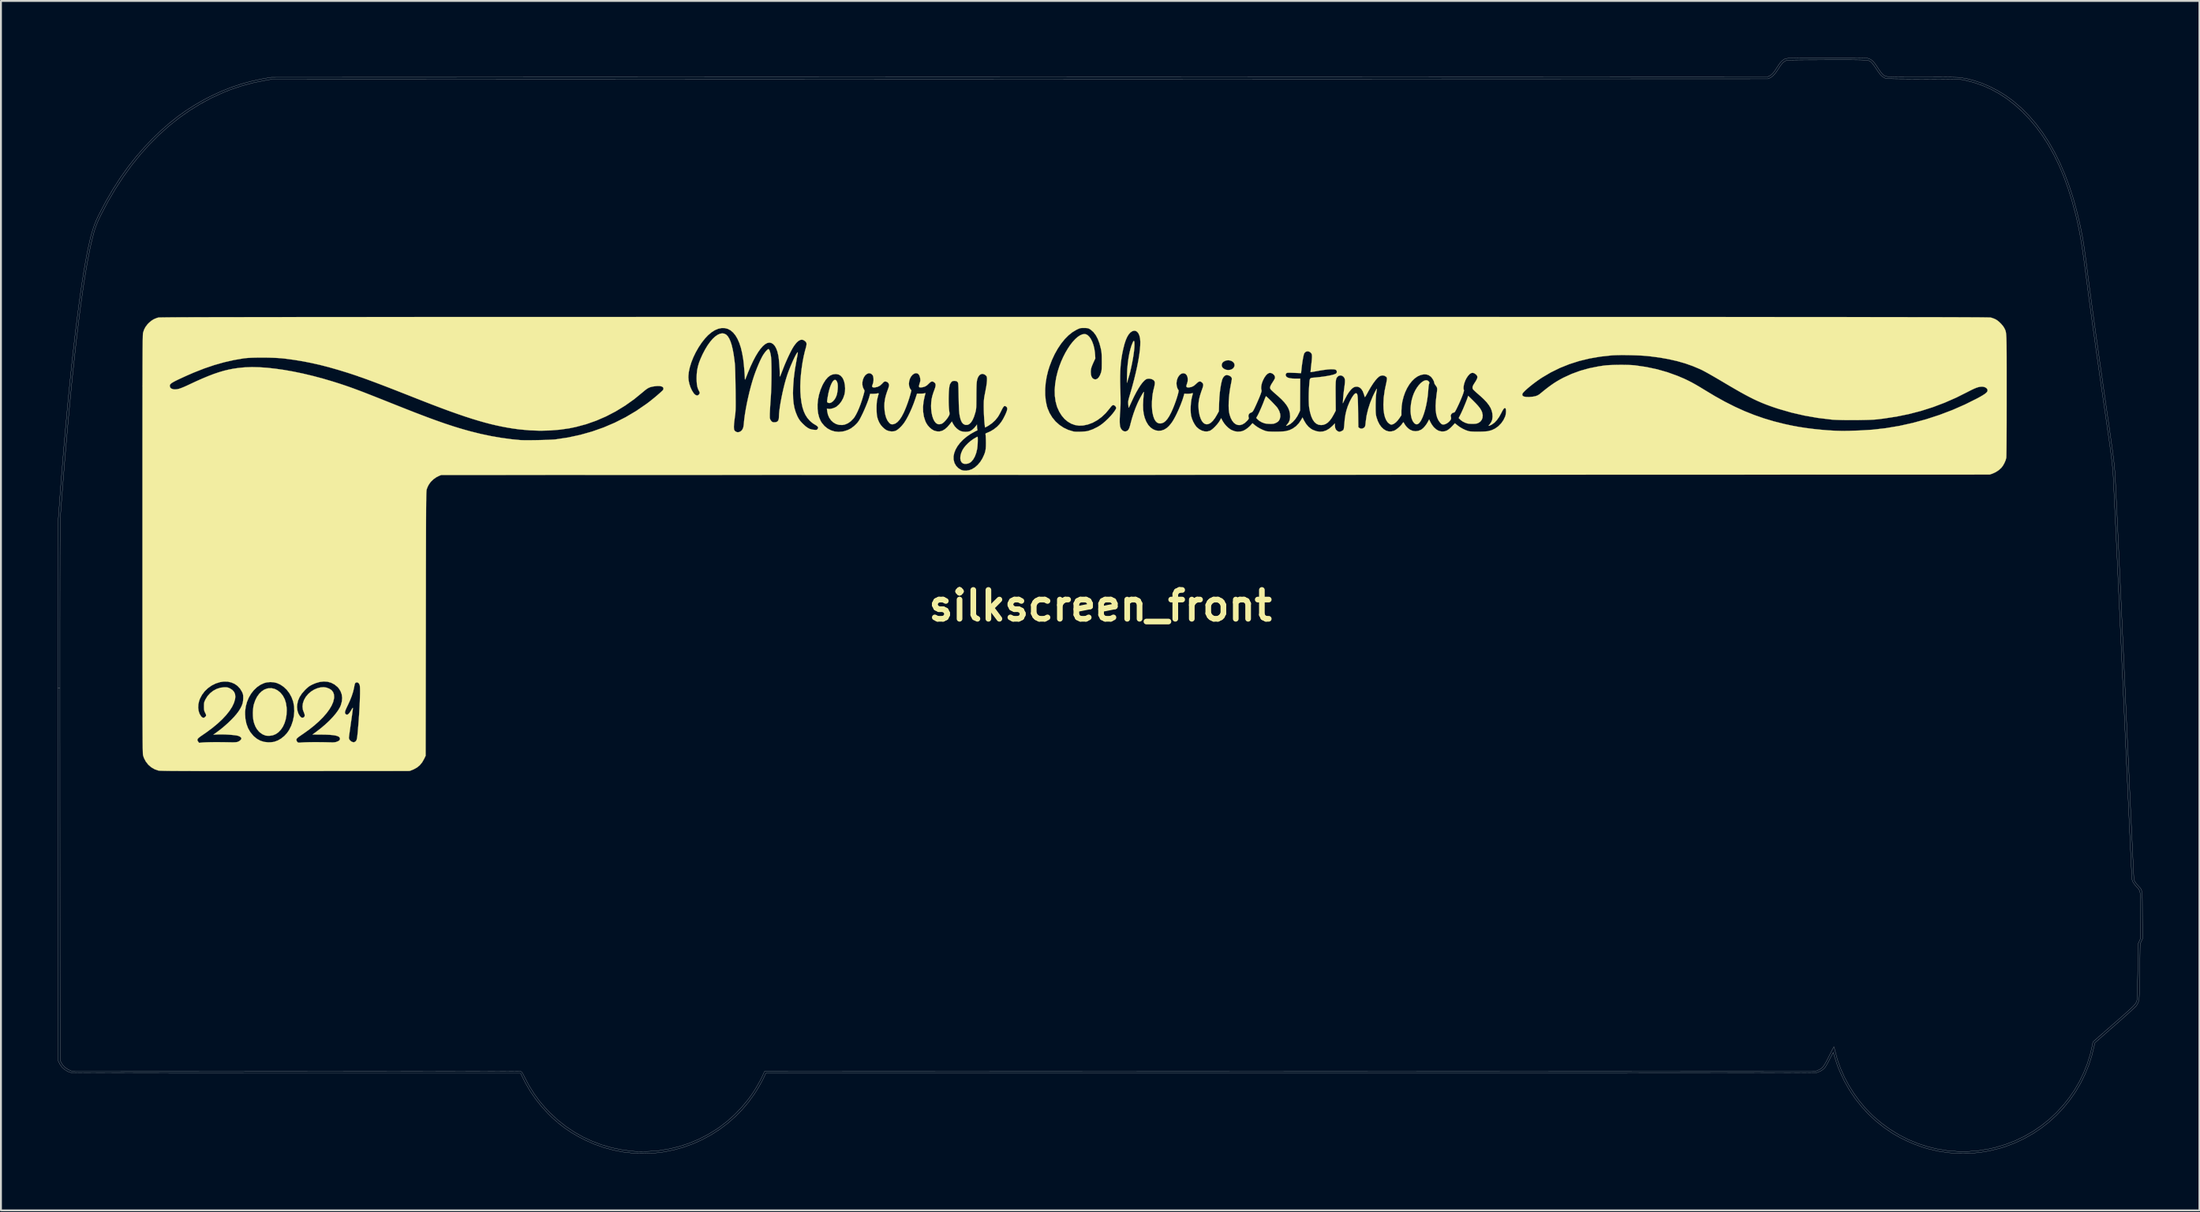
<source format=kicad_pcb>
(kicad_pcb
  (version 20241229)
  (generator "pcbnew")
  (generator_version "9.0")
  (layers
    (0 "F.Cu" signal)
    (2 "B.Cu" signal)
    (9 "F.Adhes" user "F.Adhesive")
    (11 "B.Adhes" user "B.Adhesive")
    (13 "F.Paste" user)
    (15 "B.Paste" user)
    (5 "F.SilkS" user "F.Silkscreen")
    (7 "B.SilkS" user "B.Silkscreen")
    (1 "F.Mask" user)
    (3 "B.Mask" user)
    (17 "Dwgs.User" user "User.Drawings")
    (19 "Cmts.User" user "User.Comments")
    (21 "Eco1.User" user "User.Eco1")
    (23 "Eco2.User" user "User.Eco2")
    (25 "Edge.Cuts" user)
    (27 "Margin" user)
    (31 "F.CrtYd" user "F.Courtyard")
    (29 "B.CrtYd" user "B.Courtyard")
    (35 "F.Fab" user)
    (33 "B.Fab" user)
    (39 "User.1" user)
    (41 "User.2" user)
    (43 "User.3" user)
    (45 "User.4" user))
  (footprint "silkscreen_front"
    (layer "F.Cu")
    (at 55.061 28.961)
    (property "Reference" "silkscreen_front" (at 0 0 0) (layer "F.SilkS") (effects (font (size 1.524 1.524) (thickness 0.3))))
    (attr through_hole)
    (fp_poly (pts (xy -39.455 5.345) (xy -39.465 5.355) (xy -39.476 5.345) (xy -39.465 5.334) (xy -39.455 5.345)) (stroke (width 0.01) (type solid)) (fill yes) (layer "F.Mask"))
    (fp_poly (pts (xy 1.787 -13.967) (xy 1.796 -13.9) (xy 1.799 -13.791) (xy 1.799 -13.786) (xy 1.793 -13.639) (xy 1.775 -13.459) (xy 1.748 -13.255) (xy 1.712 -13.034) (xy 1.669 -12.804) (xy 1.62 -12.573) (xy 1.568 -12.349) (xy 1.513 -12.14) (xy 1.456 -11.953) (xy 1.441 -11.906) (xy 1.398 -11.779) (xy 1.407 -12.213) (xy 1.419 -12.499) (xy 1.444 -12.781) (xy 1.479 -13.052) (xy 1.524 -13.307) (xy 1.578 -13.54) (xy 1.64 -13.744) (xy 1.708 -13.913) (xy 1.719 -13.936) (xy 1.749 -13.985) (xy 1.771 -13.995) (xy 1.787 -13.967)) (stroke (width 0.01) (type solid)) (fill yes) (layer "F.SilkS"))
    (fp_poly (pts (xy -13.953 -11.909) (xy -13.912 -11.843) (xy -13.883 -11.761) (xy -13.87 -11.676) (xy -13.867 -11.563) (xy -13.874 -11.435) (xy -13.889 -11.306) (xy -13.911 -11.187) (xy -13.927 -11.129) (xy -13.977 -11.004) (xy -14.043 -10.895) (xy -14.119 -10.809) (xy -14.199 -10.747) (xy -14.28 -10.715) (xy -14.356 -10.716) (xy -14.404 -10.74) (xy -14.42 -10.753) (xy -14.43 -10.77) (xy -14.433 -10.799) (xy -14.429 -10.846) (xy -14.419 -10.919) (xy -14.402 -11.026) (xy -14.399 -11.041) (xy -14.361 -11.243) (xy -14.316 -11.423) (xy -14.267 -11.58) (xy -14.214 -11.71) (xy -14.16 -11.814) (xy -14.105 -11.887) (xy -14.051 -11.929) (xy -14 -11.937) (xy -13.953 -11.909)) (stroke (width 0.01) (type solid)) (fill yes) (layer "F.SilkS"))
    (fp_poly (pts (xy 19.698 -10.823) (xy 19.837 -10.682) (xy 19.947 -10.561) (xy 20.032 -10.455) (xy 20.095 -10.359) (xy 20.14 -10.267) (xy 20.159 -10.217) (xy 20.189 -10.075) (xy 20.181 -9.943) (xy 20.138 -9.827) (xy 20.062 -9.731) (xy 19.956 -9.66) (xy 19.878 -9.631) (xy 19.808 -9.62) (xy 19.71 -9.614) (xy 19.601 -9.613) (xy 19.495 -9.618) (xy 19.406 -9.628) (xy 19.382 -9.633) (xy 19.256 -9.675) (xy 19.132 -9.738) (xy 19.028 -9.813) (xy 19.002 -9.838) (xy 18.922 -9.919) (xy 19.038 -10.151) (xy 19.085 -10.251) (xy 19.142 -10.377) (xy 19.202 -10.518) (xy 19.262 -10.663) (xy 19.318 -10.802) (xy 19.365 -10.925) (xy 19.399 -11.022) (xy 19.403 -11.035) (xy 19.422 -11.095) (xy 19.698 -10.823)) (stroke (width 0.01) (type solid)) (fill yes) (layer "F.SilkS"))
    (fp_poly (pts (xy -6.483 -8.913) (xy -6.478 -8.859) (xy -6.477 -8.781) (xy -6.478 -8.685) (xy -6.482 -8.581) (xy -6.488 -8.477) (xy -6.496 -8.382) (xy -6.506 -8.304) (xy -6.508 -8.289) (xy -6.559 -8.075) (xy -6.628 -7.89) (xy -6.715 -7.735) (xy -6.816 -7.616) (xy -6.874 -7.569) (xy -6.965 -7.523) (xy -7.069 -7.499) (xy -7.172 -7.498) (xy -7.257 -7.521) (xy -7.265 -7.525) (xy -7.337 -7.588) (xy -7.381 -7.679) (xy -7.399 -7.793) (xy -7.389 -7.925) (xy -7.352 -8.069) (xy -7.287 -8.221) (xy -7.286 -8.223) (xy -7.211 -8.342) (xy -7.107 -8.469) (xy -6.982 -8.596) (xy -6.846 -8.713) (xy -6.707 -8.811) (xy -6.674 -8.832) (xy -6.598 -8.876) (xy -6.537 -8.91) (xy -6.498 -8.929) (xy -6.49 -8.932) (xy -6.483 -8.913)) (stroke (width 0.01) (type solid)) (fill yes) (layer "F.SilkS"))
    (fp_poly (pts (xy 17.27 -11.906) (xy 17.334 -11.86) (xy 17.342 -11.849) (xy 17.37 -11.804) (xy 17.371 -11.766) (xy 17.358 -11.732) (xy 17.346 -11.69) (xy 17.334 -11.615) (xy 17.323 -11.517) (xy 17.314 -11.407) (xy 17.313 -11.382) (xy 17.29 -11.122) (xy 17.254 -10.862) (xy 17.207 -10.61) (xy 17.15 -10.371) (xy 17.085 -10.152) (xy 17.014 -9.96) (xy 16.937 -9.801) (xy 16.908 -9.752) (xy 16.834 -9.655) (xy 16.761 -9.6) (xy 16.689 -9.587) (xy 16.616 -9.615) (xy 16.562 -9.662) (xy 16.489 -9.767) (xy 16.435 -9.904) (xy 16.399 -10.067) (xy 16.381 -10.25) (xy 16.381 -10.447) (xy 16.4 -10.652) (xy 16.437 -10.859) (xy 16.493 -11.062) (xy 16.553 -11.223) (xy 16.631 -11.386) (xy 16.72 -11.532) (xy 16.815 -11.659) (xy 16.913 -11.763) (xy 17.011 -11.843) (xy 17.105 -11.895) (xy 17.193 -11.917) (xy 17.27 -11.906)) (stroke (width 0.01) (type solid)) (fill yes) (layer "F.SilkS"))
    (fp_poly (pts (xy -43.602 4.396) (xy -43.45 4.474) (xy -43.305 4.593) (xy -43.301 4.596) (xy -43.172 4.754) (xy -43.074 4.94) (xy -43.008 5.152) (xy -42.974 5.39) (xy -42.969 5.528) (xy -42.982 5.772) (xy -43.022 6) (xy -43.087 6.209) (xy -43.173 6.394) (xy -43.281 6.553) (xy -43.406 6.684) (xy -43.548 6.783) (xy -43.704 6.846) (xy -43.863 6.871) (xy -43.95 6.872) (xy -44.029 6.868) (xy -44.082 6.86) (xy -44.237 6.799) (xy -44.38 6.701) (xy -44.445 6.639) (xy -44.541 6.522) (xy -44.617 6.393) (xy -44.679 6.239) (xy -44.708 6.145) (xy -44.737 6.005) (xy -44.753 5.839) (xy -44.757 5.659) (xy -44.748 5.48) (xy -44.728 5.316) (xy -44.707 5.219) (xy -44.634 5.006) (xy -44.541 4.818) (xy -44.428 4.658) (xy -44.299 4.529) (xy -44.157 4.433) (xy -44.004 4.375) (xy -43.936 4.363) (xy -43.763 4.359) (xy -43.602 4.396)) (stroke (width 0.01) (type solid)) (fill yes) (layer "F.SilkS"))
    (fp_poly (pts (xy 8.768 -11.056) (xy 8.814 -11.015) (xy 8.878 -10.955) (xy 8.953 -10.881) (xy 9.036 -10.798) (xy 9.119 -10.712) (xy 9.199 -10.628) (xy 9.268 -10.552) (xy 9.322 -10.491) (xy 9.355 -10.448) (xy 9.356 -10.448) (xy 9.442 -10.295) (xy 9.491 -10.147) (xy 9.502 -10.007) (xy 9.476 -9.88) (xy 9.471 -9.869) (xy 9.429 -9.787) (xy 9.375 -9.728) (xy 9.297 -9.678) (xy 9.26 -9.66) (xy 9.198 -9.634) (xy 9.135 -9.619) (xy 9.057 -9.612) (xy 8.964 -9.611) (xy 8.865 -9.615) (xy 8.769 -9.623) (xy 8.694 -9.635) (xy 8.678 -9.638) (xy 8.527 -9.694) (xy 8.392 -9.772) (xy 8.307 -9.844) (xy 8.229 -9.924) (xy 8.293 -10.037) (xy 8.335 -10.116) (xy 8.388 -10.226) (xy 8.447 -10.358) (xy 8.509 -10.501) (xy 8.57 -10.647) (xy 8.625 -10.786) (xy 8.658 -10.874) (xy 8.69 -10.957) (xy 8.718 -11.023) (xy 8.739 -11.062) (xy 8.746 -11.07) (xy 8.768 -11.056)) (stroke (width 0.01) (type solid)) (fill yes) (layer "F.SilkS"))
    (fp_poly (pts (xy 0.376 -15.261) (xy 2.076 -15.261) (xy 3.735 -15.261) (xy 5.352 -15.261) (xy 6.93 -15.261) (xy 8.467 -15.261) (xy 9.965 -15.261) (xy 11.425 -15.261) (xy 12.846 -15.261) (xy 14.229 -15.261) (xy 15.575 -15.261) (xy 16.884 -15.261) (xy 18.157 -15.261) (xy 19.394 -15.261) (xy 20.595 -15.261) (xy 21.762 -15.26) (xy 22.895 -15.26) (xy 23.993 -15.26) (xy 25.059 -15.26) (xy 26.091 -15.26) (xy 27.092 -15.26) (xy 28.06 -15.26) (xy 28.997 -15.26) (xy 29.904 -15.259) (xy 30.78 -15.259) (xy 31.626 -15.259) (xy 32.443 -15.259) (xy 33.231 -15.258) (xy 33.991 -15.258) (xy 34.723 -15.258) (xy 35.428 -15.258) (xy 36.105 -15.257) (xy 36.757 -15.257) (xy 37.383 -15.257) (xy 37.984 -15.256) (xy 38.559 -15.256) (xy 39.111 -15.256) (xy 39.639 -15.255) (xy 40.143 -15.255) (xy 40.625 -15.255) (xy 41.084 -15.254) (xy 41.522 -15.254) (xy 41.938 -15.253) (xy 42.334 -15.253) (xy 42.709 -15.252) (xy 43.064 -15.252) (xy 43.4 -15.251) (xy 43.718 -15.251) (xy 44.017 -15.25) (xy 44.298 -15.25) (xy 44.563 -15.249) (xy 44.81 -15.248) (xy 45.041 -15.248) (xy 45.256 -15.247) (xy 45.456 -15.246) (xy 45.642 -15.246) (xy 45.813 -15.245) (xy 45.97 -15.244) (xy 46.114 -15.243) (xy 46.245 -15.242) (xy 46.364 -15.242) (xy 46.472 -15.241) (xy 46.567 -15.24) (xy 46.653 -15.239) (xy 46.728 -15.238) (xy 46.793 -15.237) (xy 46.849 -15.236) (xy 46.896 -15.235) (xy 46.935 -15.234) (xy 46.966 -15.233) (xy 46.99 -15.232) (xy 47.008 -15.231) (xy 47.019 -15.229) (xy 47.023 -15.229) (xy 47.117 -15.2) (xy 47.218 -15.161) (xy 47.265 -15.14) (xy 47.361 -15.082) (xy 47.465 -14.997) (xy 47.568 -14.896) (xy 47.658 -14.791) (xy 47.725 -14.692) (xy 47.737 -14.668) (xy 47.753 -14.636) (xy 47.768 -14.607) (xy 47.781 -14.578) (xy 47.792 -14.549) (xy 47.803 -14.516) (xy 47.812 -14.479) (xy 47.82 -14.434) (xy 47.828 -14.38) (xy 47.834 -14.314) (xy 47.839 -14.235) (xy 47.844 -14.14) (xy 47.847 -14.027) (xy 47.85 -13.895) (xy 47.853 -13.741) (xy 47.854 -13.562) (xy 47.856 -13.358) (xy 47.857 -13.126) (xy 47.857 -12.863) (xy 47.858 -12.568) (xy 47.858 -12.239) (xy 47.858 -11.873) (xy 47.858 -11.469) (xy 47.858 -11.111) (xy 47.858 -10.629) (xy 47.857 -10.182) (xy 47.857 -9.772) (xy 47.856 -9.399) (xy 47.854 -9.064) (xy 47.853 -8.767) (xy 47.851 -8.509) (xy 47.849 -8.29) (xy 47.846 -8.111) (xy 47.844 -7.973) (xy 47.841 -7.875) (xy 47.838 -7.819) (xy 47.836 -7.808) (xy 47.8 -7.679) (xy 47.739 -7.539) (xy 47.664 -7.405) (xy 47.582 -7.295) (xy 47.58 -7.293) (xy 47.451 -7.173) (xy 47.294 -7.069) (xy 47.125 -6.989) (xy 47.097 -6.979) (xy 46.958 -6.932) (xy 6.075 -6.921) (xy -34.809 -6.911) (xy -34.93 -6.862) (xy -35.072 -6.79) (xy -35.211 -6.692) (xy -35.331 -6.581) (xy -35.387 -6.515) (xy -35.456 -6.417) (xy -35.506 -6.329) (xy -35.548 -6.233) (xy -35.574 -6.16) (xy -35.577 -6.148) (xy -35.581 -6.134) (xy -35.584 -6.116) (xy -35.587 -6.093) (xy -35.59 -6.064) (xy -35.592 -6.027) (xy -35.595 -5.981) (xy -35.597 -5.925) (xy -35.599 -5.856) (xy -35.601 -5.775) (xy -35.603 -5.679) (xy -35.604 -5.567) (xy -35.606 -5.437) (xy -35.607 -5.289) (xy -35.609 -5.121) (xy -35.61 -4.932) (xy -35.611 -4.72) (xy -35.612 -4.483) (xy -35.613 -4.221) (xy -35.614 -3.933) (xy -35.615 -3.616) (xy -35.616 -3.269) (xy -35.617 -2.891) (xy -35.618 -2.482) (xy -35.619 -2.038) (xy -35.62 -1.559) (xy -35.62 -1.044) (xy -35.621 -0.491) (xy -35.622 0.101) (xy -35.623 0.734) (xy -35.623 0.942) (xy -35.634 7.927) (xy -35.71 8.086) (xy -35.817 8.274) (xy -35.942 8.427) (xy -36.091 8.549) (xy -36.268 8.647) (xy -36.335 8.675) (xy -36.481 8.731) (xy -43.053 8.735) (xy -43.689 8.735) (xy -44.284 8.735) (xy -44.839 8.736) (xy -45.356 8.736) (xy -45.836 8.736) (xy -46.28 8.736) (xy -46.69 8.736) (xy -47.067 8.735) (xy -47.413 8.735) (xy -47.728 8.734) (xy -48.014 8.734) (xy -48.273 8.733) (xy -48.506 8.732) (xy -48.713 8.731) (xy -48.897 8.73) (xy -49.059 8.729) (xy -49.2 8.728) (xy -49.322 8.726) (xy -49.425 8.724) (xy -49.512 8.722) (xy -49.583 8.72) (xy -49.64 8.718) (xy -49.684 8.716) (xy -49.717 8.713) (xy -49.739 8.71) (xy -49.749 8.708) (xy -49.946 8.639) (xy -50.125 8.535) (xy -50.281 8.399) (xy -50.41 8.235) (xy -50.508 8.049) (xy -50.557 7.901) (xy -50.559 7.889) (xy -50.561 7.869) (xy -50.564 7.841) (xy -50.566 7.803) (xy -50.567 7.755) (xy -50.569 7.695) (xy -50.571 7.623) (xy -50.573 7.537) (xy -50.574 7.437) (xy -50.575 7.321) (xy -50.577 7.188) (xy -50.578 7.073) (xy -47.686 7.073) (xy -47.684 7.117) (xy -47.659 7.163) (xy -47.642 7.186) (xy -47.596 7.245) (xy -47.404 7.226) (xy -47.324 7.221) (xy -47.212 7.216) (xy -47.076 7.212) (xy -46.928 7.209) (xy -46.775 7.208) (xy -46.736 7.208) (xy -46.575 7.208) (xy -46.406 7.209) (xy -46.241 7.211) (xy -46.094 7.213) (xy -45.975 7.216) (xy -45.963 7.216) (xy -45.796 7.218) (xy -45.67 7.213) (xy -45.584 7.201) (xy -45.574 7.198) (xy -45.501 7.168) (xy -45.434 7.122) (xy -45.383 7.071) (xy -45.361 7.023) (xy -45.36 7.017) (xy -45.38 6.968) (xy -45.433 6.921) (xy -45.511 6.882) (xy -45.586 6.861) (xy -45.7 6.843) (xy -45.845 6.827) (xy -46.01 6.814) (xy -46.183 6.804) (xy -46.353 6.799) (xy -46.508 6.798) (xy -46.572 6.8) (xy -46.841 6.811) (xy -46.677 6.694) (xy -46.476 6.543) (xy -46.277 6.379) (xy -46.084 6.208) (xy -45.905 6.036) (xy -45.745 5.869) (xy -45.609 5.711) (xy -45.591 5.687) (xy -45.17 5.687) (xy -45.152 5.972) (xy -45.1 6.233) (xy -45.013 6.47) (xy -44.89 6.683) (xy -44.733 6.872) (xy -44.713 6.893) (xy -44.543 7.033) (xy -44.361 7.133) (xy -44.165 7.194) (xy -43.952 7.217) (xy -43.931 7.217) (xy -43.825 7.214) (xy -43.719 7.204) (xy -43.63 7.189) (xy -43.615 7.185) (xy -43.437 7.119) (xy -43.383 7.088) (xy -42.46 7.088) (xy -42.446 7.141) (xy -42.413 7.192) (xy -42.388 7.217) (xy -42.363 7.231) (xy -42.327 7.236) (xy -42.269 7.234) (xy -42.18 7.226) (xy -42.175 7.226) (xy -42.095 7.221) (xy -41.983 7.216) (xy -41.848 7.212) (xy -41.7 7.209) (xy -41.547 7.208) (xy -41.508 7.208) (xy -41.346 7.208) (xy -41.178 7.209) (xy -41.013 7.211) (xy -40.865 7.214) (xy -40.747 7.217) (xy -40.735 7.217) (xy -40.607 7.22) (xy -40.512 7.22) (xy -40.441 7.215) (xy -40.383 7.205) (xy -40.33 7.19) (xy -40.234 7.148) (xy -40.177 7.099) (xy -40.156 7.041) (xy -40.157 7.015) (xy -40.176 6.964) (xy -40.221 6.92) (xy -40.295 6.885) (xy -40.4 6.856) (xy -40.538 6.835) (xy -40.711 6.82) (xy -40.922 6.811) (xy -41.149 6.808) (xy -41.606 6.805) (xy -41.403 6.656) (xy -41.159 6.467) (xy -40.932 6.274) (xy -40.724 6.08) (xy -40.54 5.888) (xy -40.382 5.702) (xy -40.325 5.624) (xy -39.894 5.624) (xy -39.892 5.668) (xy -39.878 5.702) (xy -39.864 5.719) (xy -39.815 5.754) (xy -39.763 5.753) (xy -39.705 5.716) (xy -39.64 5.64) (xy -39.566 5.526) (xy -39.545 5.488) (xy -39.509 5.426) (xy -39.487 5.398) (xy -39.478 5.401) (xy -39.476 5.42) (xy -39.479 5.453) (xy -39.487 5.523) (xy -39.501 5.624) (xy -39.518 5.752) (xy -39.538 5.9) (xy -39.562 6.064) (xy -39.582 6.203) (xy -39.606 6.376) (xy -39.629 6.537) (xy -39.649 6.682) (xy -39.666 6.805) (xy -39.678 6.901) (xy -39.686 6.964) (xy -39.687 6.987) (xy -39.669 7.056) (xy -39.621 7.123) (xy -39.553 7.177) (xy -39.531 7.188) (xy -39.458 7.212) (xy -39.404 7.211) (xy -39.35 7.181) (xy -39.342 7.174) (xy -39.314 7.149) (xy -39.292 7.115) (xy -39.274 7.069) (xy -39.259 7.004) (xy -39.245 6.915) (xy -39.231 6.796) (xy -39.216 6.642) (xy -39.213 6.604) (xy -39.19 6.335) (xy -39.169 6.066) (xy -39.15 5.8) (xy -39.134 5.541) (xy -39.121 5.294) (xy -39.11 5.061) (xy -39.103 4.847) (xy -39.098 4.656) (xy -39.097 4.491) (xy -39.099 4.357) (xy -39.105 4.257) (xy -39.114 4.196) (xy -39.151 4.114) (xy -39.204 4.063) (xy -39.269 4.048) (xy -39.302 4.056) (xy -39.332 4.07) (xy -39.355 4.092) (xy -39.372 4.132) (xy -39.389 4.195) (xy -39.407 4.291) (xy -39.414 4.329) (xy -39.463 4.541) (xy -39.539 4.777) (xy -39.64 5.03) (xy -39.74 5.246) (xy -39.805 5.382) (xy -39.852 5.487) (xy -39.881 5.566) (xy -39.894 5.624) (xy -40.325 5.624) (xy -40.253 5.525) (xy -40.157 5.361) (xy -40.114 5.263) (xy -40.058 5.062) (xy -40.041 4.869) (xy -40.064 4.685) (xy -40.126 4.515) (xy -40.225 4.36) (xy -40.289 4.289) (xy -40.447 4.16) (xy -40.621 4.069) (xy -40.811 4.016) (xy -41.012 4.002) (xy -41.224 4.026) (xy -41.444 4.089) (xy -41.614 4.162) (xy -41.71 4.212) (xy -41.789 4.261) (xy -41.862 4.318) (xy -41.942 4.391) (xy -42.006 4.454) (xy -42.17 4.64) (xy -42.292 4.828) (xy -42.374 5.02) (xy -42.416 5.219) (xy -42.424 5.355) (xy -42.405 5.539) (xy -42.353 5.701) (xy -42.287 5.815) (xy -42.223 5.889) (xy -42.158 5.92) (xy -42.091 5.909) (xy -42.069 5.897) (xy -42.026 5.846) (xy -42.018 5.773) (xy -42.044 5.681) (xy -42.057 5.654) (xy -42.116 5.494) (xy -42.135 5.326) (xy -42.115 5.155) (xy -42.058 4.985) (xy -41.964 4.82) (xy -41.834 4.663) (xy -41.825 4.655) (xy -41.679 4.53) (xy -41.517 4.43) (xy -41.347 4.358) (xy -41.177 4.315) (xy -41.013 4.304) (xy -40.873 4.325) (xy -40.719 4.383) (xy -40.602 4.462) (xy -40.522 4.562) (xy -40.477 4.684) (xy -40.466 4.83) (xy -40.474 4.909) (xy -40.517 5.086) (xy -40.598 5.275) (xy -40.716 5.474) (xy -40.868 5.681) (xy -41.053 5.893) (xy -41.27 6.109) (xy -41.515 6.327) (xy -41.788 6.544) (xy -42.087 6.758) (xy -42.15 6.801) (xy -42.264 6.879) (xy -42.347 6.939) (xy -42.403 6.985) (xy -42.438 7.022) (xy -42.455 7.054) (xy -42.46 7.085) (xy -42.46 7.088) (xy -43.383 7.088) (xy -43.262 7.017) (xy -43.098 6.884) (xy -42.953 6.728) (xy -42.845 6.571) (xy -42.73 6.34) (xy -42.645 6.091) (xy -42.591 5.831) (xy -42.569 5.569) (xy -42.581 5.313) (xy -42.626 5.072) (xy -42.63 5.059) (xy -42.713 4.833) (xy -42.826 4.626) (xy -42.966 4.442) (xy -43.128 4.287) (xy -43.31 4.164) (xy -43.493 4.082) (xy -43.658 4.044) (xy -43.838 4.033) (xy -44.017 4.049) (xy -44.154 4.083) (xy -44.354 4.174) (xy -44.539 4.301) (xy -44.705 4.459) (xy -44.851 4.644) (xy -44.972 4.852) (xy -45.067 5.079) (xy -45.133 5.32) (xy -45.166 5.57) (xy -45.17 5.687) (xy -45.591 5.687) (xy -45.504 5.568) (xy -45.499 5.561) (xy -45.406 5.409) (xy -45.34 5.276) (xy -45.297 5.151) (xy -45.274 5.025) (xy -45.266 4.889) (xy -45.267 4.79) (xy -45.272 4.718) (xy -45.286 4.659) (xy -45.309 4.596) (xy -45.332 4.546) (xy -45.435 4.377) (xy -45.565 4.237) (xy -45.72 4.128) (xy -45.895 4.053) (xy -46.087 4.011) (xy -46.292 4.006) (xy -46.488 4.035) (xy -46.718 4.107) (xy -46.933 4.214) (xy -47.128 4.352) (xy -47.3 4.516) (xy -47.442 4.704) (xy -47.551 4.909) (xy -47.596 5.032) (xy -47.636 5.209) (xy -47.645 5.386) (xy -47.624 5.553) (xy -47.576 5.704) (xy -47.5 5.831) (xy -47.468 5.868) (xy -47.405 5.916) (xy -47.346 5.921) (xy -47.286 5.886) (xy -47.275 5.875) (xy -47.24 5.835) (xy -47.227 5.797) (xy -47.234 5.749) (xy -47.264 5.682) (xy -47.281 5.648) (xy -47.308 5.591) (xy -47.326 5.538) (xy -47.335 5.479) (xy -47.339 5.399) (xy -47.339 5.322) (xy -47.338 5.223) (xy -47.334 5.151) (xy -47.322 5.093) (xy -47.3 5.034) (xy -47.266 4.962) (xy -47.261 4.951) (xy -47.151 4.773) (xy -47.011 4.619) (xy -46.847 4.491) (xy -46.665 4.394) (xy -46.47 4.332) (xy -46.269 4.308) (xy -46.258 4.308) (xy -46.164 4.31) (xy -46.095 4.319) (xy -46.033 4.338) (xy -45.963 4.371) (xy -45.836 4.454) (xy -45.748 4.554) (xy -45.697 4.674) (xy -45.684 4.813) (xy -45.698 4.938) (xy -45.756 5.134) (xy -45.853 5.339) (xy -45.989 5.552) (xy -46.163 5.772) (xy -46.372 5.996) (xy -46.617 6.225) (xy -46.895 6.455) (xy -47.206 6.687) (xy -47.418 6.833) (xy -47.533 6.912) (xy -47.614 6.976) (xy -47.664 7.028) (xy -47.686 7.073) (xy -50.578 7.073) (xy -50.578 7.037) (xy -50.579 6.867) (xy -50.58 6.678) (xy -50.581 6.468) (xy -50.582 6.235) (xy -50.583 5.98) (xy -50.584 5.7) (xy -50.584 5.396) (xy -50.585 5.065) (xy -50.585 4.707) (xy -50.586 4.321) (xy -50.586 3.905) (xy -50.587 3.459) (xy -50.587 2.982) (xy -50.587 2.472) (xy -50.588 1.929) (xy -50.588 1.351) (xy -50.588 0.738) (xy -50.588 0.088) (xy -50.588 -0.6) (xy -50.588 -1.327) (xy -50.588 -2.093) (xy -50.588 -2.9) (xy -50.588 -3.26) (xy -50.588 -4.083) (xy -50.588 -4.865) (xy -50.588 -5.607) (xy -50.588 -6.309) (xy -50.588 -6.974) (xy -50.588 -7.601) (xy -50.588 -8.192) (xy -50.588 -8.749) (xy -50.587 -9.272) (xy -50.587 -9.761) (xy -50.587 -10.219) (xy -50.586 -10.647) (xy -50.586 -11.044) (xy -50.585 -11.413) (xy -50.585 -11.608) (xy -49.145 -11.608) (xy -49.145 -11.604) (xy -49.119 -11.527) (xy -49.058 -11.473) (xy -48.962 -11.441) (xy -48.912 -11.435) (xy -48.833 -11.434) (xy -48.748 -11.444) (xy -48.651 -11.467) (xy -48.538 -11.506) (xy -48.402 -11.56) (xy -48.238 -11.634) (xy -48.122 -11.688) (xy -47.755 -11.86) (xy -47.419 -12.009) (xy -47.108 -12.138) (xy -46.819 -12.249) (xy -46.546 -12.341) (xy -46.285 -12.418) (xy -46.031 -12.479) (xy -45.779 -12.528) (xy -45.526 -12.565) (xy -45.265 -12.591) (xy -45.162 -12.599) (xy -44.808 -12.612) (xy -44.42 -12.603) (xy -44.003 -12.575) (xy -43.56 -12.526) (xy -43.094 -12.459) (xy -42.61 -12.373) (xy -42.11 -12.269) (xy -41.597 -12.147) (xy -41.077 -12.009) (xy -40.551 -11.854) (xy -40.521 -11.844) (xy -40.341 -11.788) (xy -40.169 -11.733) (xy -40 -11.677) (xy -39.831 -11.62) (xy -39.658 -11.56) (xy -39.477 -11.495) (xy -39.286 -11.424) (xy -39.079 -11.347) (xy -38.854 -11.261) (xy -38.607 -11.164) (xy -38.334 -11.057) (xy -38.032 -10.937) (xy -37.696 -10.804) (xy -37.462 -10.71) (xy -37.007 -10.529) (xy -36.587 -10.363) (xy -36.2 -10.211) (xy -35.841 -10.074) (xy -35.509 -9.948) (xy -35.199 -9.834) (xy -34.908 -9.73) (xy -34.634 -9.634) (xy -34.372 -9.547) (xy -34.12 -9.465) (xy -33.875 -9.39) (xy -33.633 -9.318) (xy -33.39 -9.25) (xy -33.242 -9.21) (xy -32.712 -9.078) (xy -32.167 -8.964) (xy -31.62 -8.87) (xy -31.083 -8.798) (xy -30.639 -8.755) (xy -30.549 -8.751) (xy -30.425 -8.748) (xy -30.273 -8.747) (xy -30.099 -8.748) (xy -29.911 -8.75) (xy -29.716 -8.753) (xy -29.521 -8.758) (xy -29.332 -8.763) (xy -29.156 -8.769) (xy -29.001 -8.776) (xy -28.872 -8.783) (xy -28.778 -8.791) (xy -28.765 -8.793) (xy -28.107 -8.892) (xy -27.464 -9.031) (xy -26.838 -9.208) (xy -26.229 -9.423) (xy -25.638 -9.676) (xy -25.067 -9.966) (xy -24.514 -10.294) (xy -23.982 -10.659) (xy -23.853 -10.755) (xy -23.746 -10.839) (xy -23.633 -10.93) (xy -23.518 -11.024) (xy -23.407 -11.118) (xy -23.305 -11.207) (xy -23.216 -11.286) (xy -23.147 -11.351) (xy -23.101 -11.398) (xy -23.085 -11.42) (xy -23.074 -11.492) (xy -23.101 -11.548) (xy -23.163 -11.587) (xy -23.259 -11.609) (xy -23.387 -11.613) (xy -23.535 -11.6) (xy -23.662 -11.579) (xy -23.766 -11.553) (xy -23.858 -11.516) (xy -23.949 -11.462) (xy -24.048 -11.388) (xy -24.163 -11.291) (xy -24.622 -10.915) (xy -25.1 -10.576) (xy -25.594 -10.273) (xy -26.103 -10.008) (xy -26.624 -9.782) (xy -27.156 -9.595) (xy -27.698 -9.449) (xy -28.046 -9.377) (xy -28.538 -9.306) (xy -29.053 -9.264) (xy -29.583 -9.251) (xy -30.119 -9.269) (xy -30.655 -9.317) (xy -30.723 -9.325) (xy -31.014 -9.365) (xy -31.305 -9.412) (xy -31.598 -9.467) (xy -31.895 -9.53) (xy -32.201 -9.602) (xy -32.517 -9.685) (xy -32.847 -9.779) (xy -33.194 -9.885) (xy -33.56 -10.003) (xy -33.947 -10.136) (xy -34.36 -10.282) (xy -34.8 -10.445) (xy -35.271 -10.623) (xy -35.775 -10.819) (xy -36.127 -10.957) (xy -36.564 -11.13) (xy -36.964 -11.287) (xy -37.33 -11.431) (xy -37.666 -11.561) (xy -37.974 -11.679) (xy -38.256 -11.786) (xy -38.516 -11.883) (xy -38.757 -11.972) (xy -38.98 -12.052) (xy -39.067 -12.082) (xy -21.759 -12.082) (xy -21.746 -11.908) (xy -21.707 -11.725) (xy -21.648 -11.545) (xy -21.572 -11.38) (xy -21.484 -11.24) (xy -21.454 -11.202) (xy -21.38 -11.137) (xy -21.308 -11.111) (xy -21.244 -11.124) (xy -21.19 -11.176) (xy -21.177 -11.198) (xy -21.161 -11.237) (xy -21.161 -11.271) (xy -21.181 -11.318) (xy -21.198 -11.349) (xy -21.248 -11.454) (xy -21.284 -11.567) (xy -21.308 -11.698) (xy -21.32 -11.854) (xy -21.324 -12.023) (xy -21.317 -12.242) (xy -21.296 -12.443) (xy -21.257 -12.638) (xy -21.199 -12.835) (xy -21.118 -13.045) (xy -21.014 -13.276) (xy -21.006 -13.293) (xy -20.878 -13.538) (xy -20.747 -13.755) (xy -20.613 -13.942) (xy -20.48 -14.099) (xy -20.347 -14.223) (xy -20.217 -14.315) (xy -20.092 -14.372) (xy -19.974 -14.394) (xy -19.863 -14.379) (xy -19.762 -14.327) (xy -19.677 -14.24) (xy -19.602 -14.12) (xy -19.534 -13.967) (xy -19.473 -13.78) (xy -19.419 -13.556) (xy -19.37 -13.294) (xy -19.328 -12.993) (xy -19.302 -12.764) (xy -19.298 -12.699) (xy -19.293 -12.597) (xy -19.288 -12.462) (xy -19.283 -12.3) (xy -19.279 -12.116) (xy -19.275 -11.915) (xy -19.271 -11.701) (xy -19.269 -11.481) (xy -19.268 -11.426) (xy -19.265 -11.179) (xy -19.264 -10.969) (xy -19.262 -10.793) (xy -19.262 -10.646) (xy -19.263 -10.523) (xy -19.265 -10.421) (xy -19.268 -10.334) (xy -19.272 -10.257) (xy -19.277 -10.188) (xy -19.284 -10.12) (xy -19.293 -10.051) (xy -19.304 -9.974) (xy -19.305 -9.965) (xy -19.331 -9.763) (xy -19.348 -9.598) (xy -19.355 -9.468) (xy -19.352 -9.37) (xy -19.34 -9.3) (xy -19.318 -9.254) (xy -19.315 -9.25) (xy -19.235 -9.188) (xy -19.146 -9.167) (xy -19.053 -9.187) (xy -19.006 -9.213) (xy -18.937 -9.272) (xy -18.888 -9.346) (xy -18.855 -9.442) (xy -18.835 -9.569) (xy -18.83 -9.627) (xy -18.808 -9.854) (xy -18.773 -10.112) (xy -18.726 -10.394) (xy -18.67 -10.691) (xy -18.604 -10.997) (xy -18.533 -11.301) (xy -18.456 -11.598) (xy -18.376 -11.878) (xy -18.299 -12.121) (xy -18.223 -12.336) (xy -18.139 -12.553) (xy -18.052 -12.763) (xy -17.966 -12.956) (xy -17.883 -13.123) (xy -17.841 -13.201) (xy -17.784 -13.293) (xy -17.721 -13.381) (xy -17.657 -13.459) (xy -17.599 -13.519) (xy -17.551 -13.556) (xy -17.522 -13.563) (xy -17.493 -13.534) (xy -17.464 -13.469) (xy -17.436 -13.375) (xy -17.411 -13.259) (xy -17.396 -13.161) (xy -17.387 -13.065) (xy -17.38 -12.932) (xy -17.375 -12.77) (xy -17.372 -12.585) (xy -17.37 -12.382) (xy -17.371 -12.167) (xy -17.373 -11.948) (xy -17.377 -11.73) (xy -17.383 -11.519) (xy -17.39 -11.321) (xy -17.399 -11.144) (xy -17.405 -11.049) (xy -17.425 -10.763) (xy -17.441 -10.516) (xy -17.452 -10.309) (xy -17.459 -10.142) (xy -17.46 -10.016) (xy -17.458 -9.93) (xy -17.454 -9.9) (xy -17.43 -9.834) (xy -17.388 -9.769) (xy -17.379 -9.759) (xy -17.332 -9.717) (xy -17.282 -9.698) (xy -17.22 -9.694) (xy -17.121 -9.705) (xy -17.05 -9.741) (xy -17.004 -9.805) (xy -16.981 -9.902) (xy -16.976 -9.999) (xy -16.969 -10.145) (xy -16.951 -10.325) (xy -16.923 -10.532) (xy -16.886 -10.758) (xy -16.841 -10.998) (xy -16.79 -11.244) (xy -16.734 -11.489) (xy -16.675 -11.728) (xy -16.613 -11.952) (xy -16.55 -12.155) (xy -16.542 -12.181) (xy -16.489 -12.333) (xy -16.427 -12.495) (xy -16.36 -12.661) (xy -16.29 -12.825) (xy -16.221 -12.98) (xy -16.155 -13.119) (xy -16.096 -13.235) (xy -16.045 -13.323) (xy -16.021 -13.358) (xy -15.994 -13.391) (xy -15.983 -13.392) (xy -15.981 -13.365) (xy -15.985 -13.329) (xy -15.996 -13.261) (xy -16.012 -13.168) (xy -16.033 -13.059) (xy -16.043 -13.005) (xy -16.131 -12.5) (xy -16.193 -12.018) (xy -16.227 -11.562) (xy -16.235 -11.239) (xy -16.227 -10.948) (xy -16.201 -10.688) (xy -16.157 -10.452) (xy -16.093 -10.234) (xy -16.008 -10.026) (xy -15.975 -9.959) (xy -15.918 -9.859) (xy -15.853 -9.768) (xy -15.768 -9.672) (xy -15.707 -9.61) (xy -15.578 -9.49) (xy -15.461 -9.404) (xy -15.349 -9.345) (xy -15.232 -9.311) (xy -15.121 -9.297) (xy -15.041 -9.292) (xy -14.993 -9.295) (xy -14.964 -9.306) (xy -14.942 -9.329) (xy -14.931 -9.345) (xy -14.907 -9.39) (xy -14.908 -9.425) (xy -14.924 -9.457) (xy -14.958 -9.494) (xy -15.018 -9.538) (xy -15.081 -9.575) (xy -15.166 -9.628) (xy -15.263 -9.703) (xy -15.357 -9.789) (xy -15.357 -9.789) (xy -15.479 -9.931) (xy -15.582 -10.094) (xy -15.667 -10.282) (xy -15.735 -10.497) (xy -15.766 -10.644) (xy -14.938 -10.644) (xy -14.936 -10.398) (xy -14.908 -10.165) (xy -14.853 -9.951) (xy -14.771 -9.761) (xy -14.715 -9.67) (xy -14.575 -9.501) (xy -14.412 -9.367) (xy -14.231 -9.27) (xy -14.035 -9.21) (xy -13.826 -9.189) (xy -13.609 -9.208) (xy -13.517 -9.228) (xy -13.333 -9.289) (xy -13.17 -9.373) (xy -13.017 -9.488) (xy -12.932 -9.567) (xy -12.865 -9.635) (xy -12.812 -9.697) (xy -12.764 -9.763) (xy -12.716 -9.842) (xy -12.662 -9.944) (xy -12.622 -10.022) (xy -12.543 -10.183) (xy -12.464 -10.358) (xy -12.388 -10.536) (xy -12.318 -10.709) (xy -12.259 -10.868) (xy -12.215 -11.003) (xy -12.2 -11.054) (xy -12.162 -11.197) (xy -12.024 -11.198) (xy -11.933 -11.201) (xy -11.845 -11.209) (xy -11.793 -11.217) (xy -11.737 -11.226) (xy -11.713 -11.223) (xy -11.711 -11.205) (xy -11.714 -11.189) (xy -11.754 -11.045) (xy -11.783 -10.926) (xy -11.802 -10.818) (xy -11.813 -10.709) (xy -11.819 -10.585) (xy -11.821 -10.435) (xy -11.818 -10.256) (xy -11.808 -10.109) (xy -11.788 -9.982) (xy -11.756 -9.867) (xy -11.711 -9.752) (xy -11.669 -9.665) (xy -11.603 -9.559) (xy -11.513 -9.453) (xy -11.412 -9.358) (xy -11.313 -9.287) (xy -11.292 -9.276) (xy -11.163 -9.229) (xy -11.026 -9.21) (xy -10.894 -9.22) (xy -10.809 -9.246) (xy -10.716 -9.301) (xy -10.612 -9.386) (xy -10.505 -9.493) (xy -10.403 -9.614) (xy -10.354 -9.681) (xy -10.256 -9.837) (xy -10.153 -10.026) (xy -10.049 -10.24) (xy -9.948 -10.47) (xy -9.854 -10.707) (xy -9.771 -10.943) (xy -9.684 -11.208) (xy -9.525 -11.208) (xy -9.437 -11.21) (xy -9.357 -11.215) (xy -9.302 -11.222) (xy -9.301 -11.222) (xy -9.236 -11.237) (xy -9.285 -11.055) (xy -9.342 -10.778) (xy -9.368 -10.506) (xy -9.361 -10.244) (xy -9.322 -9.997) (xy -9.251 -9.771) (xy -9.206 -9.67) (xy -9.127 -9.544) (xy -9.026 -9.427) (xy -8.913 -9.33) (xy -8.799 -9.262) (xy -8.774 -9.252) (xy -8.627 -9.213) (xy -8.486 -9.212) (xy -8.351 -9.248) (xy -8.218 -9.324) (xy -8.085 -9.44) (xy -7.959 -9.586) (xy -7.842 -9.735) (xy -7.782 -9.615) (xy -7.701 -9.489) (xy -7.596 -9.375) (xy -7.478 -9.283) (xy -7.372 -9.228) (xy -7.264 -9.201) (xy -7.141 -9.19) (xy -7.018 -9.195) (xy -6.911 -9.217) (xy -6.864 -9.236) (xy -6.765 -9.301) (xy -6.665 -9.391) (xy -6.58 -9.49) (xy -6.579 -9.491) (xy -6.519 -9.574) (xy -6.519 -9.502) (xy -6.515 -9.428) (xy -6.506 -9.352) (xy -6.506 -9.352) (xy -6.493 -9.274) (xy -6.628 -9.207) (xy -6.861 -9.076) (xy -7.072 -8.93) (xy -7.258 -8.771) (xy -7.418 -8.603) (xy -7.55 -8.428) (xy -7.651 -8.25) (xy -7.72 -8.071) (xy -7.755 -7.896) (xy -7.753 -7.726) (xy -7.713 -7.565) (xy -7.702 -7.536) (xy -7.617 -7.388) (xy -7.504 -7.271) (xy -7.362 -7.184) (xy -7.309 -7.162) (xy -7.2 -7.139) (xy -7.07 -7.14) (xy -6.932 -7.164) (xy -6.801 -7.208) (xy -6.776 -7.22) (xy -6.625 -7.313) (xy -6.48 -7.442) (xy -6.349 -7.596) (xy -6.24 -7.768) (xy -6.218 -7.811) (xy -6.154 -7.948) (xy -6.107 -8.066) (xy -6.076 -8.178) (xy -6.056 -8.295) (xy -6.047 -8.429) (xy -6.044 -8.592) (xy -6.044 -8.604) (xy -6.046 -8.724) (xy -6.049 -8.837) (xy -6.053 -8.931) (xy -6.058 -8.998) (xy -6.06 -9.013) (xy -6.068 -9.07) (xy -6.061 -9.1) (xy -6.032 -9.118) (xy -6.006 -9.128) (xy -5.816 -9.211) (xy -5.629 -9.323) (xy -5.463 -9.454) (xy -5.452 -9.464) (xy -5.338 -9.582) (xy -5.235 -9.713) (xy -5.14 -9.865) (xy -5.046 -10.047) (xy -5.005 -10.135) (xy -4.953 -10.261) (xy -4.924 -10.358) (xy -4.919 -10.431) (xy -4.936 -10.485) (xy -4.977 -10.527) (xy -4.985 -10.532) (xy -5.029 -10.554) (xy -5.068 -10.554) (xy -5.106 -10.528) (xy -5.147 -10.471) (xy -5.196 -10.382) (xy -5.229 -10.315) (xy -5.281 -10.211) (xy -5.336 -10.108) (xy -5.388 -10.019) (xy -5.417 -9.973) (xy -5.559 -9.799) (xy -5.731 -9.642) (xy -5.924 -9.509) (xy -6.004 -9.465) (xy -6.092 -9.42) (xy -6.105 -9.52) (xy -6.123 -9.692) (xy -6.138 -9.892) (xy -6.15 -10.11) (xy -6.157 -10.331) (xy -6.16 -10.536) (xy -6.159 -10.667) (xy -6.157 -10.773) (xy -6.151 -10.866) (xy -6.142 -10.955) (xy -6.128 -11.051) (xy -6.106 -11.167) (xy -6.078 -11.312) (xy -6.075 -11.327) (xy -6.053 -11.444) (xy -2.917 -11.444) (xy -2.915 -11.131) (xy -2.886 -10.835) (xy -2.83 -10.562) (xy -2.793 -10.439) (xy -2.684 -10.182) (xy -2.542 -9.948) (xy -2.369 -9.739) (xy -2.168 -9.558) (xy -1.944 -9.408) (xy -1.699 -9.292) (xy -1.436 -9.212) (xy -1.417 -9.208) (xy -1.338 -9.198) (xy -1.23 -9.194) (xy -1.103 -9.195) (xy -0.97 -9.2) (xy -0.842 -9.209) (xy -0.731 -9.221) (xy -0.65 -9.237) (xy -0.649 -9.237) (xy -0.398 -9.325) (xy -0.148 -9.449) (xy -0.014 -9.531) (xy 0.116 -9.626) (xy 0.213 -9.709) (xy 1.019 -9.709) (xy 1.026 -9.575) (xy 1.041 -9.475) (xy 1.048 -9.446) (xy 1.093 -9.345) (xy 1.157 -9.269) (xy 1.234 -9.223) (xy 1.315 -9.209) (xy 1.396 -9.231) (xy 1.426 -9.252) (xy 1.465 -9.287) (xy 1.496 -9.33) (xy 1.524 -9.388) (xy 1.552 -9.469) (xy 1.582 -9.58) (xy 1.597 -9.641) (xy 1.669 -9.904) (xy 1.754 -10.172) (xy 1.849 -10.433) (xy 1.949 -10.674) (xy 2.01 -10.806) (xy 2.073 -10.931) (xy 2.133 -11.044) (xy 2.188 -11.142) (xy 2.234 -11.22) (xy 2.27 -11.274) (xy 2.293 -11.299) (xy 2.301 -11.293) (xy 2.299 -11.282) (xy 2.294 -11.243) (xy 2.287 -11.171) (xy 2.278 -11.073) (xy 2.269 -10.959) (xy 2.263 -10.886) (xy 2.251 -10.61) (xy 2.258 -10.365) (xy 2.286 -10.145) (xy 2.335 -9.945) (xy 2.407 -9.759) (xy 2.425 -9.721) (xy 2.525 -9.555) (xy 2.643 -9.424) (xy 2.776 -9.328) (xy 2.919 -9.267) (xy 3.068 -9.243) (xy 3.22 -9.256) (xy 3.369 -9.308) (xy 3.513 -9.398) (xy 3.621 -9.499) (xy 3.709 -9.602) (xy 3.79 -9.711) (xy 3.868 -9.837) (xy 3.95 -9.986) (xy 4.032 -10.149) (xy 4.145 -10.396) (xy 4.246 -10.639) (xy 4.331 -10.867) (xy 4.386 -11.039) (xy 4.434 -11.208) (xy 4.559 -11.201) (xy 4.649 -11.201) (xy 4.739 -11.209) (xy 4.781 -11.216) (xy 4.839 -11.227) (xy 4.876 -11.233) (xy 4.882 -11.232) (xy 4.879 -11.212) (xy 4.867 -11.159) (xy 4.848 -11.083) (xy 4.833 -11.028) (xy 4.802 -10.879) (xy 4.78 -10.708) (xy 4.767 -10.525) (xy 4.764 -10.345) (xy 4.772 -10.179) (xy 4.79 -10.04) (xy 4.792 -10.033) (xy 4.835 -9.883) (xy 4.898 -9.73) (xy 4.976 -9.587) (xy 5.06 -9.469) (xy 5.093 -9.433) (xy 5.219 -9.328) (xy 5.357 -9.255) (xy 5.499 -9.214) (xy 5.639 -9.209) (xy 5.77 -9.241) (xy 5.793 -9.251) (xy 5.871 -9.3) (xy 5.964 -9.376) (xy 6.061 -9.471) (xy 6.156 -9.575) (xy 6.239 -9.681) (xy 6.295 -9.766) (xy 6.378 -9.909) (xy 6.454 -9.764) (xy 6.534 -9.639) (xy 6.636 -9.516) (xy 6.751 -9.405) (xy 6.868 -9.318) (xy 6.931 -9.283) (xy 7.091 -9.222) (xy 7.243 -9.198) (xy 7.4 -9.208) (xy 7.495 -9.229) (xy 7.585 -9.266) (xy 7.689 -9.327) (xy 7.795 -9.406) (xy 7.892 -9.493) (xy 7.927 -9.53) (xy 8.03 -9.647) (xy 8.167 -9.533) (xy 8.289 -9.445) (xy 8.433 -9.361) (xy 8.582 -9.289) (xy 8.721 -9.237) (xy 8.763 -9.225) (xy 8.834 -9.214) (xy 8.938 -9.206) (xy 9.066 -9.201) (xy 9.209 -9.199) (xy 9.357 -9.2) (xy 9.501 -9.204) (xy 9.632 -9.211) (xy 9.742 -9.221) (xy 9.779 -9.226) (xy 9.979 -9.278) (xy 10.166 -9.368) (xy 10.337 -9.493) (xy 10.485 -9.65) (xy 10.591 -9.806) (xy 10.673 -9.948) (xy 10.758 -9.779) (xy 10.862 -9.607) (xy 10.987 -9.46) (xy 11.127 -9.346) (xy 11.224 -9.291) (xy 11.411 -9.223) (xy 11.592 -9.196) (xy 11.766 -9.211) (xy 11.935 -9.268) (xy 12.098 -9.367) (xy 12.239 -9.49) (xy 12.383 -9.635) (xy 12.383 -9.522) (xy 12.398 -9.396) (xy 12.444 -9.298) (xy 12.519 -9.231) (xy 12.537 -9.221) (xy 12.589 -9.198) (xy 12.629 -9.193) (xy 12.675 -9.204) (xy 12.713 -9.218) (xy 12.776 -9.249) (xy 12.824 -9.285) (xy 12.836 -9.3) (xy 12.85 -9.341) (xy 12.863 -9.414) (xy 12.874 -9.508) (xy 12.879 -9.567) (xy 12.903 -9.847) (xy 12.94 -10.095) (xy 12.992 -10.322) (xy 13.061 -10.537) (xy 13.149 -10.75) (xy 13.186 -10.827) (xy 13.26 -10.967) (xy 13.331 -11.081) (xy 13.397 -11.165) (xy 13.454 -11.216) (xy 13.5 -11.23) (xy 13.51 -11.228) (xy 13.531 -11.217) (xy 13.548 -11.198) (xy 13.562 -11.168) (xy 13.574 -11.124) (xy 13.583 -11.06) (xy 13.59 -10.975) (xy 13.596 -10.863) (xy 13.601 -10.721) (xy 13.605 -10.545) (xy 13.608 -10.332) (xy 13.609 -10.259) (xy 13.621 -9.437) (xy 13.671 -9.396) (xy 13.746 -9.36) (xy 13.829 -9.361) (xy 13.908 -9.399) (xy 13.926 -9.414) (xy 13.952 -9.441) (xy 13.971 -9.469) (xy 13.984 -9.507) (xy 13.995 -9.565) (xy 14.004 -9.649) (xy 14.012 -9.732) (xy 14.058 -10.053) (xy 14.138 -10.388) (xy 14.247 -10.728) (xy 14.385 -11.064) (xy 14.472 -11.246) (xy 14.517 -11.333) (xy 14.556 -11.404) (xy 14.583 -11.451) (xy 14.595 -11.468) (xy 14.595 -11.468) (xy 14.595 -11.445) (xy 14.589 -11.39) (xy 14.579 -11.311) (xy 14.568 -11.239) (xy 14.551 -11.089) (xy 14.54 -10.9) (xy 14.535 -10.672) (xy 14.534 -10.573) (xy 14.534 -10.418) (xy 14.536 -10.298) (xy 14.54 -10.204) (xy 14.546 -10.13) (xy 14.555 -10.066) (xy 14.568 -10.006) (xy 14.58 -9.959) (xy 14.649 -9.758) (xy 14.736 -9.585) (xy 14.84 -9.442) (xy 14.957 -9.331) (xy 15.084 -9.254) (xy 15.219 -9.213) (xy 15.359 -9.21) (xy 15.502 -9.247) (xy 15.532 -9.26) (xy 15.616 -9.31) (xy 15.713 -9.384) (xy 15.808 -9.469) (xy 15.89 -9.556) (xy 15.941 -9.624) (xy 15.972 -9.669) (xy 15.996 -9.693) (xy 16 -9.694) (xy 16.018 -9.677) (xy 16.044 -9.634) (xy 16.051 -9.62) (xy 16.104 -9.536) (xy 16.18 -9.445) (xy 16.268 -9.362) (xy 16.352 -9.301) (xy 16.494 -9.242) (xy 16.642 -9.222) (xy 16.791 -9.242) (xy 16.935 -9.302) (xy 16.961 -9.318) (xy 17.048 -9.388) (xy 17.139 -9.488) (xy 17.227 -9.607) (xy 17.303 -9.735) (xy 17.307 -9.744) (xy 17.359 -9.846) (xy 17.432 -9.695) (xy 17.487 -9.597) (xy 17.558 -9.495) (xy 17.616 -9.426) (xy 17.738 -9.316) (xy 17.864 -9.245) (xy 17.998 -9.212) (xy 18.067 -9.208) (xy 18.179 -9.218) (xy 18.283 -9.252) (xy 18.386 -9.314) (xy 18.495 -9.407) (xy 18.568 -9.48) (xy 18.722 -9.644) (xy 18.86 -9.53) (xy 18.986 -9.439) (xy 19.133 -9.353) (xy 19.287 -9.281) (xy 19.431 -9.231) (xy 19.452 -9.226) (xy 19.523 -9.214) (xy 19.627 -9.206) (xy 19.755 -9.201) (xy 19.898 -9.199) (xy 20.046 -9.2) (xy 20.19 -9.204) (xy 20.322 -9.211) (xy 20.431 -9.221) (xy 20.468 -9.226) (xy 20.662 -9.277) (xy 20.846 -9.365) (xy 21.015 -9.486) (xy 21.162 -9.636) (xy 21.284 -9.809) (xy 21.375 -10) (xy 21.382 -10.02) (xy 21.403 -10.101) (xy 21.415 -10.193) (xy 21.42 -10.284) (xy 21.416 -10.362) (xy 21.402 -10.417) (xy 21.392 -10.433) (xy 21.361 -10.448) (xy 21.329 -10.439) (xy 21.292 -10.402) (xy 21.248 -10.334) (xy 21.193 -10.231) (xy 21.176 -10.196) (xy 21.06 -9.984) (xy 20.939 -9.813) (xy 20.813 -9.679) (xy 20.679 -9.581) (xy 20.59 -9.536) (xy 20.528 -9.512) (xy 20.502 -9.509) (xy 20.51 -9.529) (xy 20.549 -9.576) (xy 20.554 -9.582) (xy 20.638 -9.7) (xy 20.689 -9.825) (xy 20.708 -9.969) (xy 20.709 -10.012) (xy 20.698 -10.165) (xy 20.663 -10.312) (xy 20.604 -10.457) (xy 20.516 -10.603) (xy 20.399 -10.754) (xy 20.249 -10.913) (xy 20.064 -11.085) (xy 20.005 -11.136) (xy 22.278 -11.136) (xy 22.308 -11.086) (xy 22.378 -11.052) (xy 22.487 -11.034) (xy 22.635 -11.032) (xy 22.678 -11.034) (xy 22.846 -11.049) (xy 22.982 -11.076) (xy 23.093 -11.118) (xy 23.187 -11.177) (xy 23.206 -11.192) (xy 23.422 -11.369) (xy 23.615 -11.521) (xy 23.791 -11.651) (xy 23.957 -11.766) (xy 24.12 -11.868) (xy 24.287 -11.964) (xy 24.455 -12.053) (xy 24.883 -12.25) (xy 25.333 -12.415) (xy 25.807 -12.548) (xy 26.308 -12.649) (xy 26.596 -12.692) (xy 26.729 -12.706) (xy 26.896 -12.717) (xy 27.086 -12.724) (xy 27.291 -12.729) (xy 27.502 -12.731) (xy 27.709 -12.729) (xy 27.904 -12.724) (xy 28.077 -12.716) (xy 28.219 -12.705) (xy 28.236 -12.703) (xy 28.826 -12.617) (xy 29.394 -12.497) (xy 29.944 -12.34) (xy 30.478 -12.147) (xy 30.829 -11.998) (xy 31.026 -11.904) (xy 31.224 -11.803) (xy 31.43 -11.689) (xy 31.654 -11.558) (xy 31.898 -11.409) (xy 32.445 -11.08) (xy 32.976 -10.784) (xy 33.496 -10.521) (xy 34.01 -10.287) (xy 34.525 -10.081) (xy 35.045 -9.9) (xy 35.576 -9.742) (xy 36.123 -9.604) (xy 36.534 -9.516) (xy 36.892 -9.45) (xy 37.272 -9.392) (xy 37.663 -9.342) (xy 38.057 -9.301) (xy 38.447 -9.269) (xy 38.822 -9.248) (xy 39.175 -9.239) (xy 39.496 -9.242) (xy 39.518 -9.242) (xy 39.612 -9.246) (xy 39.734 -9.25) (xy 39.872 -9.254) (xy 40.013 -9.259) (xy 40.075 -9.261) (xy 40.774 -9.303) (xy 41.481 -9.385) (xy 42.192 -9.504) (xy 42.903 -9.662) (xy 43.61 -9.855) (xy 44.309 -10.083) (xy 44.997 -10.344) (xy 45.667 -10.639) (xy 46.288 -10.949) (xy 46.457 -11.041) (xy 46.591 -11.119) (xy 46.693 -11.185) (xy 46.767 -11.242) (xy 46.816 -11.292) (xy 46.843 -11.337) (xy 46.844 -11.34) (xy 46.85 -11.408) (xy 46.82 -11.471) (xy 46.76 -11.524) (xy 46.677 -11.561) (xy 46.577 -11.578) (xy 46.559 -11.578) (xy 46.471 -11.573) (xy 46.379 -11.557) (xy 46.277 -11.526) (xy 46.16 -11.48) (xy 46.021 -11.415) (xy 45.854 -11.331) (xy 45.805 -11.305) (xy 45.193 -10.998) (xy 44.581 -10.73) (xy 43.966 -10.497) (xy 43.34 -10.298) (xy 42.7 -10.131) (xy 42.04 -9.996) (xy 41.356 -9.891) (xy 41.01 -9.849) (xy 40.886 -9.839) (xy 40.726 -9.83) (xy 40.537 -9.822) (xy 40.327 -9.817) (xy 40.101 -9.813) (xy 39.866 -9.81) (xy 39.63 -9.81) (xy 39.399 -9.811) (xy 39.18 -9.814) (xy 38.979 -9.819) (xy 38.803 -9.826) (xy 38.66 -9.834) (xy 38.608 -9.839) (xy 37.883 -9.927) (xy 37.181 -10.05) (xy 36.498 -10.207) (xy 35.832 -10.399) (xy 35.772 -10.418) (xy 35.536 -10.496) (xy 35.316 -10.574) (xy 35.106 -10.653) (xy 34.902 -10.736) (xy 34.698 -10.825) (xy 34.49 -10.923) (xy 34.274 -11.032) (xy 34.044 -11.153) (xy 33.797 -11.289) (xy 33.527 -11.444) (xy 33.229 -11.617) (xy 33.018 -11.742) (xy 32.747 -11.903) (xy 32.51 -12.042) (xy 32.304 -12.161) (xy 32.127 -12.262) (xy 31.975 -12.346) (xy 31.847 -12.415) (xy 31.741 -12.469) (xy 31.673 -12.501) (xy 31.287 -12.664) (xy 30.886 -12.806) (xy 30.464 -12.927) (xy 30.018 -13.029) (xy 29.542 -13.114) (xy 29.033 -13.181) (xy 28.871 -13.198) (xy 28.707 -13.212) (xy 28.513 -13.224) (xy 28.299 -13.233) (xy 28.072 -13.24) (xy 27.842 -13.245) (xy 27.616 -13.247) (xy 27.404 -13.246) (xy 27.213 -13.242) (xy 27.053 -13.235) (xy 26.998 -13.231) (xy 26.403 -13.166) (xy 25.832 -13.067) (xy 25.286 -12.935) (xy 24.763 -12.768) (xy 24.262 -12.567) (xy 23.783 -12.331) (xy 23.324 -12.06) (xy 23.252 -12.013) (xy 23.108 -11.914) (xy 22.962 -11.808) (xy 22.818 -11.699) (xy 22.683 -11.591) (xy 22.56 -11.487) (xy 22.454 -11.392) (xy 22.37 -11.309) (xy 22.312 -11.243) (xy 22.286 -11.201) (xy 22.278 -11.136) (xy 20.005 -11.136) (xy 19.969 -11.167) (xy 19.878 -11.246) (xy 19.797 -11.32) (xy 19.731 -11.382) (xy 19.687 -11.427) (xy 19.676 -11.442) (xy 19.651 -11.502) (xy 19.655 -11.572) (xy 19.688 -11.656) (xy 19.75 -11.758) (xy 19.828 -11.879) (xy 19.879 -11.973) (xy 19.905 -12.048) (xy 19.908 -12.109) (xy 19.887 -12.162) (xy 19.844 -12.213) (xy 19.837 -12.219) (xy 19.75 -12.285) (xy 19.665 -12.31) (xy 19.581 -12.296) (xy 19.497 -12.241) (xy 19.411 -12.145) (xy 19.336 -12.033) (xy 19.274 -11.913) (xy 19.226 -11.786) (xy 19.192 -11.659) (xy 19.176 -11.543) (xy 19.179 -11.447) (xy 19.197 -11.39) (xy 19.197 -11.355) (xy 19.18 -11.288) (xy 19.15 -11.193) (xy 19.107 -11.077) (xy 19.053 -10.944) (xy 18.992 -10.801) (xy 18.925 -10.651) (xy 18.854 -10.502) (xy 18.839 -10.471) (xy 18.787 -10.366) (xy 18.749 -10.294) (xy 18.719 -10.248) (xy 18.695 -10.223) (xy 18.672 -10.212) (xy 18.654 -10.21) (xy 18.594 -10.188) (xy 18.539 -10.139) (xy 18.505 -10.077) (xy 18.5 -10.044) (xy 18.507 -9.983) (xy 18.519 -9.941) (xy 18.52 -9.884) (xy 18.489 -9.817) (xy 18.434 -9.748) (xy 18.362 -9.683) (xy 18.28 -9.628) (xy 18.196 -9.591) (xy 18.122 -9.578) (xy 18.067 -9.581) (xy 18.026 -9.596) (xy 17.983 -9.631) (xy 17.939 -9.677) (xy 17.85 -9.8) (xy 17.782 -9.948) (xy 17.735 -10.124) (xy 17.708 -10.329) (xy 17.702 -10.566) (xy 17.717 -10.836) (xy 17.751 -11.141) (xy 17.757 -11.183) (xy 17.774 -11.31) (xy 17.784 -11.403) (xy 17.784 -11.472) (xy 17.775 -11.525) (xy 17.754 -11.572) (xy 17.721 -11.62) (xy 17.698 -11.65) (xy 17.659 -11.707) (xy 17.635 -11.76) (xy 17.632 -11.778) (xy 17.618 -11.841) (xy 17.582 -11.922) (xy 17.532 -12.006) (xy 17.475 -12.08) (xy 17.44 -12.114) (xy 17.328 -12.189) (xy 17.207 -12.226) (xy 17.072 -12.228) (xy 16.917 -12.195) (xy 16.909 -12.192) (xy 16.747 -12.12) (xy 16.592 -12.01) (xy 16.446 -11.867) (xy 16.313 -11.695) (xy 16.194 -11.498) (xy 16.092 -11.28) (xy 16.009 -11.046) (xy 15.947 -10.801) (xy 15.909 -10.547) (xy 15.896 -10.303) (xy 15.896 -10.07) (xy 15.801 -9.928) (xy 15.703 -9.796) (xy 15.602 -9.691) (xy 15.503 -9.618) (xy 15.434 -9.587) (xy 15.373 -9.573) (xy 15.328 -9.578) (xy 15.279 -9.603) (xy 15.177 -9.686) (xy 15.093 -9.808) (xy 15.027 -9.966) (xy 14.98 -10.159) (xy 14.952 -10.388) (xy 14.944 -10.63) (xy 14.961 -10.996) (xy 15.013 -11.373) (xy 15.062 -11.61) (xy 15.086 -11.717) (xy 15.107 -11.82) (xy 15.122 -11.907) (xy 15.128 -11.95) (xy 15.132 -12.016) (xy 15.124 -12.057) (xy 15.098 -12.091) (xy 15.071 -12.114) (xy 14.984 -12.162) (xy 14.884 -12.173) (xy 14.783 -12.147) (xy 14.719 -12.111) (xy 14.623 -12.026) (xy 14.517 -11.904) (xy 14.403 -11.749) (xy 14.283 -11.563) (xy 14.159 -11.35) (xy 14.099 -11.239) (xy 14.051 -11.151) (xy 14.01 -11.082) (xy 13.98 -11.039) (xy 13.964 -11.027) (xy 13.963 -11.028) (xy 13.951 -11.065) (xy 13.932 -11.127) (xy 13.917 -11.176) (xy 13.857 -11.334) (xy 13.782 -11.453) (xy 13.694 -11.533) (xy 13.593 -11.573) (xy 13.538 -11.578) (xy 13.45 -11.57) (xy 13.374 -11.541) (xy 13.298 -11.486) (xy 13.237 -11.426) (xy 13.133 -11.301) (xy 13.027 -11.138) (xy 12.919 -10.936) (xy 12.897 -10.891) (xy 12.804 -10.7) (xy 12.815 -10.911) (xy 12.821 -11.005) (xy 12.833 -11.129) (xy 12.848 -11.269) (xy 12.866 -11.414) (xy 12.878 -11.506) (xy 12.899 -11.665) (xy 12.912 -11.79) (xy 12.916 -11.885) (xy 12.911 -11.958) (xy 12.896 -12.014) (xy 12.87 -12.06) (xy 12.834 -12.103) (xy 12.827 -12.111) (xy 12.75 -12.161) (xy 12.664 -12.174) (xy 12.58 -12.148) (xy 12.531 -12.111) (xy 12.502 -12.08) (xy 12.479 -12.048) (xy 12.46 -12.009) (xy 12.446 -11.961) (xy 12.435 -11.897) (xy 12.427 -11.815) (xy 12.423 -11.71) (xy 12.42 -11.578) (xy 12.42 -11.414) (xy 12.421 -11.214) (xy 12.422 -11.087) (xy 12.428 -10.31) (xy 12.331 -10.124) (xy 12.223 -9.936) (xy 12.116 -9.789) (xy 12.007 -9.678) (xy 11.892 -9.603) (xy 11.77 -9.56) (xy 11.657 -9.548) (xy 11.522 -9.565) (xy 11.402 -9.621) (xy 11.296 -9.716) (xy 11.206 -9.85) (xy 11.13 -10.024) (xy 11.069 -10.237) (xy 11.026 -10.467) (xy 11.014 -10.575) (xy 11.007 -10.717) (xy 11.002 -10.882) (xy 11.002 -11.062) (xy 11.005 -11.247) (xy 11.012 -11.428) (xy 11.022 -11.596) (xy 11.026 -11.642) (xy 11.037 -11.779) (xy 11.046 -11.88) (xy 11.057 -11.952) (xy 11.076 -11.998) (xy 11.105 -12.027) (xy 11.151 -12.042) (xy 11.217 -12.05) (xy 11.308 -12.057) (xy 11.351 -12.061) (xy 11.572 -12.084) (xy 11.779 -12.11) (xy 11.967 -12.14) (xy 12.133 -12.171) (xy 12.27 -12.203) (xy 12.374 -12.236) (xy 12.439 -12.267) (xy 12.479 -12.315) (xy 12.487 -12.377) (xy 12.463 -12.438) (xy 12.444 -12.459) (xy 12.388 -12.485) (xy 12.294 -12.498) (xy 12.163 -12.499) (xy 11.999 -12.487) (xy 11.803 -12.463) (xy 11.576 -12.427) (xy 11.527 -12.418) (xy 11.399 -12.394) (xy 11.286 -12.375) (xy 11.195 -12.359) (xy 11.131 -12.35) (xy 11.101 -12.346) (xy 11.099 -12.346) (xy 11.099 -12.369) (xy 11.104 -12.426) (xy 11.112 -12.511) (xy 11.123 -12.617) (xy 11.134 -12.712) (xy 11.153 -12.884) (xy 11.166 -13.021) (xy 11.173 -13.125) (xy 11.173 -13.204) (xy 11.168 -13.262) (xy 11.156 -13.305) (xy 11.14 -13.336) (xy 11.073 -13.405) (xy 10.993 -13.441) (xy 10.911 -13.445) (xy 10.835 -13.416) (xy 10.775 -13.355) (xy 10.764 -13.337) (xy 10.744 -13.282) (xy 10.722 -13.191) (xy 10.698 -13.07) (xy 10.674 -12.928) (xy 10.65 -12.769) (xy 10.629 -12.601) (xy 10.623 -12.544) (xy 10.596 -12.292) (xy 10.227 -12.307) (xy 10.092 -12.312) (xy 9.993 -12.314) (xy 9.924 -12.314) (xy 9.877 -12.31) (xy 9.846 -12.302) (xy 9.826 -12.291) (xy 9.819 -12.285) (xy 9.784 -12.229) (xy 9.787 -12.164) (xy 9.826 -12.1) (xy 9.828 -12.098) (xy 9.892 -12.057) (xy 9.989 -12.027) (xy 10.122 -12.009) (xy 10.293 -12.002) (xy 10.325 -12.002) (xy 10.552 -12.002) (xy 10.548 -11.16) (xy 10.545 -10.319) (xy 10.49 -10.195) (xy 10.396 -10.013) (xy 10.283 -9.85) (xy 10.158 -9.712) (xy 10.024 -9.603) (xy 9.888 -9.53) (xy 9.843 -9.514) (xy 9.814 -9.507) (xy 9.809 -9.513) (xy 9.829 -9.541) (xy 9.862 -9.579) (xy 9.944 -9.69) (xy 9.994 -9.805) (xy 10.017 -9.937) (xy 10.019 -10.022) (xy 10.008 -10.172) (xy 9.974 -10.316) (xy 9.916 -10.457) (xy 9.831 -10.6) (xy 9.716 -10.748) (xy 9.569 -10.904) (xy 9.388 -11.073) (xy 9.281 -11.166) (xy 9.19 -11.245) (xy 9.108 -11.319) (xy 9.042 -11.382) (xy 8.998 -11.427) (xy 8.986 -11.442) (xy 8.963 -11.493) (xy 8.962 -11.549) (xy 8.983 -11.618) (xy 9.029 -11.707) (xy 9.091 -11.804) (xy 9.142 -11.885) (xy 9.185 -11.958) (xy 9.212 -12.012) (xy 9.219 -12.03) (xy 9.218 -12.106) (xy 9.184 -12.179) (xy 9.126 -12.242) (xy 9.051 -12.287) (xy 8.97 -12.307) (xy 8.902 -12.298) (xy 8.82 -12.252) (xy 8.737 -12.168) (xy 8.658 -12.053) (xy 8.585 -11.912) (xy 8.539 -11.795) (xy 8.509 -11.688) (xy 8.492 -11.579) (xy 8.489 -11.482) (xy 8.501 -11.407) (xy 8.508 -11.389) (xy 8.511 -11.352) (xy 8.494 -11.282) (xy 8.46 -11.179) (xy 8.406 -11.041) (xy 8.333 -10.868) (xy 8.241 -10.659) (xy 8.226 -10.626) (xy 8.164 -10.491) (xy 8.116 -10.39) (xy 8.077 -10.318) (xy 8.045 -10.269) (xy 8.016 -10.238) (xy 7.987 -10.221) (xy 7.966 -10.214) (xy 7.885 -10.175) (xy 7.833 -10.109) (xy 7.814 -10.027) (xy 7.829 -9.945) (xy 7.837 -9.913) (xy 7.83 -9.882) (xy 7.805 -9.843) (xy 7.756 -9.784) (xy 7.745 -9.772) (xy 7.622 -9.657) (xy 7.499 -9.583) (xy 7.377 -9.548) (xy 7.259 -9.552) (xy 7.148 -9.593) (xy 7.047 -9.67) (xy 6.957 -9.783) (xy 6.881 -9.929) (xy 6.822 -10.107) (xy 6.795 -10.233) (xy 6.778 -10.386) (xy 6.772 -10.572) (xy 6.777 -10.783) (xy 6.792 -11.011) (xy 6.817 -11.248) (xy 6.852 -11.488) (xy 6.89 -11.694) (xy 6.911 -11.798) (xy 6.928 -11.891) (xy 6.939 -11.963) (xy 6.943 -12.003) (xy 6.923 -12.066) (xy 6.871 -12.122) (xy 6.795 -12.166) (xy 6.705 -12.189) (xy 6.664 -12.192) (xy 6.593 -12.172) (xy 6.525 -12.118) (xy 6.467 -12.036) (xy 6.426 -11.937) (xy 6.379 -11.745) (xy 6.339 -11.52) (xy 6.306 -11.27) (xy 6.282 -11.003) (xy 6.269 -10.732) (xy 6.255 -10.276) (xy 6.163 -10.107) (xy 6.051 -9.919) (xy 5.939 -9.773) (xy 5.83 -9.67) (xy 5.721 -9.608) (xy 5.617 -9.588) (xy 5.522 -9.609) (xy 5.435 -9.668) (xy 5.358 -9.764) (xy 5.293 -9.894) (xy 5.241 -10.055) (xy 5.203 -10.244) (xy 5.188 -10.37) (xy 5.178 -10.555) (xy 5.186 -10.734) (xy 5.213 -10.916) (xy 5.261 -11.11) (xy 5.33 -11.326) (xy 5.358 -11.402) (xy 5.4 -11.522) (xy 5.424 -11.61) (xy 5.431 -11.677) (xy 5.42 -11.728) (xy 5.392 -11.772) (xy 5.362 -11.802) (xy 5.3 -11.845) (xy 5.24 -11.855) (xy 5.174 -11.83) (xy 5.098 -11.769) (xy 5.059 -11.73) (xy 4.941 -11.627) (xy 4.818 -11.564) (xy 4.685 -11.537) (xy 4.644 -11.536) (xy 4.579 -11.543) (xy 4.545 -11.569) (xy 4.539 -11.618) (xy 4.56 -11.696) (xy 4.571 -11.725) (xy 4.606 -11.847) (xy 4.615 -11.969) (xy 4.601 -12.081) (xy 4.564 -12.176) (xy 4.507 -12.245) (xy 4.473 -12.266) (xy 4.384 -12.288) (xy 4.297 -12.272) (xy 4.214 -12.223) (xy 4.142 -12.145) (xy 4.082 -12.044) (xy 4.04 -11.924) (xy 4.019 -11.789) (xy 4.018 -11.736) (xy 4.026 -11.645) (xy 4.046 -11.553) (xy 4.074 -11.473) (xy 4.106 -11.416) (xy 4.123 -11.401) (xy 4.131 -11.373) (xy 4.124 -11.311) (xy 4.105 -11.221) (xy 4.074 -11.108) (xy 4.035 -10.979) (xy 3.988 -10.837) (xy 3.935 -10.69) (xy 3.879 -10.542) (xy 3.82 -10.399) (xy 3.761 -10.266) (xy 3.736 -10.212) (xy 3.636 -10.022) (xy 3.539 -9.873) (xy 3.443 -9.763) (xy 3.348 -9.689) (xy 3.313 -9.67) (xy 3.194 -9.634) (xy 3.087 -9.638) (xy 2.992 -9.681) (xy 2.91 -9.763) (xy 2.841 -9.882) (xy 2.787 -10.039) (xy 2.747 -10.231) (xy 2.731 -10.369) (xy 2.72 -10.569) (xy 2.723 -10.786) (xy 2.738 -11.006) (xy 2.764 -11.214) (xy 2.801 -11.398) (xy 2.807 -11.42) (xy 2.844 -11.566) (xy 2.866 -11.679) (xy 2.875 -11.764) (xy 2.87 -11.827) (xy 2.855 -11.868) (xy 2.801 -11.929) (xy 2.719 -11.973) (xy 2.622 -11.998) (xy 2.523 -12.002) (xy 2.434 -11.98) (xy 2.422 -11.974) (xy 2.333 -11.91) (xy 2.234 -11.807) (xy 2.127 -11.667) (xy 2.014 -11.492) (xy 1.895 -11.285) (xy 1.772 -11.048) (xy 1.659 -10.809) (xy 1.609 -10.7) (xy 1.565 -10.604) (xy 1.529 -10.529) (xy 1.506 -10.48) (xy 1.497 -10.465) (xy 1.491 -10.48) (xy 1.484 -10.528) (xy 1.476 -10.6) (xy 1.473 -10.635) (xy 1.468 -10.698) (xy 1.467 -10.752) (xy 1.47 -10.804) (xy 1.48 -10.862) (xy 1.497 -10.934) (xy 1.523 -11.028) (xy 1.559 -11.152) (xy 1.574 -11.201) (xy 1.684 -11.588) (xy 1.783 -11.961) (xy 1.87 -12.317) (xy 1.945 -12.655) (xy 1.951 -12.689) (xy 6.404 -12.689) (xy 6.431 -12.613) (xy 6.487 -12.549) (xy 6.565 -12.498) (xy 6.659 -12.466) (xy 6.761 -12.456) (xy 6.866 -12.47) (xy 6.943 -12.499) (xy 7.026 -12.562) (xy 7.074 -12.647) (xy 7.084 -12.694) (xy 7.077 -12.78) (xy 7.035 -12.854) (xy 6.966 -12.913) (xy 6.876 -12.954) (xy 6.775 -12.973) (xy 6.667 -12.966) (xy 6.588 -12.943) (xy 6.501 -12.897) (xy 6.446 -12.842) (xy 6.413 -12.772) (xy 6.404 -12.689) (xy 1.951 -12.689) (xy 2.006 -12.97) (xy 2.053 -13.261) (xy 2.087 -13.524) (xy 2.105 -13.757) (xy 2.109 -13.956) (xy 2.096 -14.118) (xy 2.063 -14.269) (xy 2.012 -14.388) (xy 1.946 -14.474) (xy 1.867 -14.523) (xy 1.78 -14.535) (xy 1.685 -14.509) (xy 1.586 -14.442) (xy 1.576 -14.433) (xy 1.49 -14.334) (xy 1.412 -14.204) (xy 1.34 -14.039) (xy 1.273 -13.837) (xy 1.211 -13.596) (xy 1.199 -13.544) (xy 1.152 -13.319) (xy 1.115 -13.1) (xy 1.085 -12.88) (xy 1.064 -12.654) (xy 1.05 -12.413) (xy 1.043 -12.152) (xy 1.042 -11.864) (xy 1.048 -11.544) (xy 1.052 -11.419) (xy 1.058 -11.191) (xy 1.062 -10.999) (xy 1.063 -10.835) (xy 1.063 -10.694) (xy 1.06 -10.568) (xy 1.054 -10.45) (xy 1.046 -10.335) (xy 1.046 -10.329) (xy 1.029 -10.084) (xy 1.02 -9.878) (xy 1.019 -9.709) (xy 0.213 -9.709) (xy 0.258 -9.747) (xy 0.403 -9.884) (xy 0.541 -10.028) (xy 0.661 -10.169) (xy 0.736 -10.269) (xy 0.788 -10.348) (xy 0.819 -10.401) (xy 0.832 -10.438) (xy 0.831 -10.469) (xy 0.825 -10.49) (xy 0.779 -10.563) (xy 0.712 -10.599) (xy 0.676 -10.604) (xy 0.646 -10.598) (xy 0.613 -10.576) (xy 0.57 -10.532) (xy 0.513 -10.46) (xy 0.482 -10.419) (xy 0.282 -10.18) (xy 0.065 -9.975) (xy -0.166 -9.805) (xy -0.409 -9.672) (xy -0.662 -9.578) (xy -0.919 -9.525) (xy -1.135 -9.518) (xy -1.343 -9.551) (xy -1.54 -9.622) (xy -1.724 -9.73) (xy -1.893 -9.872) (xy -2.042 -10.047) (xy -2.171 -10.252) (xy -2.277 -10.486) (xy -2.299 -10.547) (xy -2.368 -10.81) (xy -2.406 -11.097) (xy -2.413 -11.404) (xy -2.388 -11.728) (xy -2.333 -12.065) (xy -2.253 -12.388) (xy -2.169 -12.65) (xy -2.072 -12.904) (xy -1.964 -13.147) (xy -1.847 -13.375) (xy -1.722 -13.586) (xy -1.594 -13.778) (xy -1.462 -13.947) (xy -1.329 -14.091) (xy -1.199 -14.206) (xy -1.071 -14.291) (xy -0.949 -14.343) (xy -0.836 -14.358) (xy -0.771 -14.348) (xy -0.676 -14.301) (xy -0.587 -14.216) (xy -0.504 -14.099) (xy -0.432 -13.954) (xy -0.37 -13.785) (xy -0.323 -13.598) (xy -0.292 -13.398) (xy -0.282 -13.282) (xy -0.269 -13.07) (xy -0.366 -12.859) (xy -0.423 -12.729) (xy -0.463 -12.626) (xy -0.489 -12.539) (xy -0.502 -12.46) (xy -0.508 -12.377) (xy -0.508 -12.351) (xy -0.499 -12.216) (xy -0.472 -12.113) (xy -0.425 -12.038) (xy -0.4 -12.013) (xy -0.32 -11.967) (xy -0.24 -11.962) (xy -0.163 -11.995) (xy -0.09 -12.066) (xy -0.025 -12.173) (xy 0.03 -12.313) (xy 0.035 -12.33) (xy 0.049 -12.38) (xy 0.059 -12.435) (xy 0.066 -12.502) (xy 0.07 -12.588) (xy 0.072 -12.699) (xy 0.073 -12.843) (xy 0.073 -12.912) (xy 0.072 -13.073) (xy 0.07 -13.201) (xy 0.065 -13.304) (xy 0.058 -13.39) (xy 0.047 -13.469) (xy 0.033 -13.547) (xy 0.025 -13.584) (xy -0.047 -13.86) (xy -0.136 -14.097) (xy -0.241 -14.296) (xy -0.363 -14.458) (xy -0.503 -14.583) (xy -0.593 -14.639) (xy -0.642 -14.66) (xy -0.702 -14.672) (xy -0.787 -14.678) (xy -0.87 -14.679) (xy -0.962 -14.678) (xy -1.03 -14.674) (xy -1.087 -14.662) (xy -1.147 -14.64) (xy -1.225 -14.603) (xy -1.272 -14.58) (xy -1.484 -14.452) (xy -1.69 -14.286) (xy -1.888 -14.085) (xy -2.077 -13.85) (xy -2.253 -13.587) (xy -2.415 -13.298) (xy -2.56 -12.987) (xy -2.686 -12.656) (xy -2.762 -12.416) (xy -2.84 -12.092) (xy -2.892 -11.766) (xy -2.917 -11.444) (xy -6.053 -11.444) (xy -6.032 -11.556) (xy -6.003 -11.749) (xy -5.989 -11.906) (xy -5.988 -12.025) (xy -6.002 -12.106) (xy -6.01 -12.125) (xy -6.06 -12.183) (xy -6.134 -12.229) (xy -6.214 -12.254) (xy -6.236 -12.255) (xy -6.314 -12.236) (xy -6.388 -12.184) (xy -6.445 -12.107) (xy -6.446 -12.107) (xy -6.472 -12.052) (xy -6.493 -11.998) (xy -6.51 -11.937) (xy -6.523 -11.867) (xy -6.533 -11.78) (xy -6.54 -11.673) (xy -6.544 -11.54) (xy -6.547 -11.377) (xy -6.549 -11.178) (xy -6.549 -11.102) (xy -6.55 -10.911) (xy -6.552 -10.757) (xy -6.553 -10.634) (xy -6.556 -10.537) (xy -6.56 -10.459) (xy -6.566 -10.396) (xy -6.574 -10.342) (xy -6.584 -10.292) (xy -6.597 -10.239) (xy -6.61 -10.192) (xy -6.675 -9.986) (xy -6.749 -9.819) (xy -6.83 -9.692) (xy -6.918 -9.605) (xy -7.013 -9.559) (xy -7.114 -9.555) (xy -7.163 -9.567) (xy -7.248 -9.614) (xy -7.318 -9.697) (xy -7.373 -9.817) (xy -7.387 -9.86) (xy -7.408 -9.94) (xy -7.427 -10.023) (xy -7.442 -10.115) (xy -7.454 -10.22) (xy -7.464 -10.343) (xy -7.471 -10.49) (xy -7.478 -10.666) (xy -7.483 -10.875) (xy -7.486 -11.056) (xy -7.49 -11.25) (xy -7.493 -11.405) (xy -7.496 -11.527) (xy -7.5 -11.62) (xy -7.504 -11.689) (xy -7.509 -11.739) (xy -7.516 -11.773) (xy -7.524 -11.797) (xy -7.535 -11.814) (xy -7.546 -11.827) (xy -7.583 -11.861) (xy -7.629 -11.878) (xy -7.7 -11.883) (xy -7.703 -11.883) (xy -7.773 -11.881) (xy -7.818 -11.868) (xy -7.857 -11.836) (xy -7.874 -11.817) (xy -7.92 -11.753) (xy -7.955 -11.681) (xy -7.958 -11.669) (xy -7.977 -11.577) (xy -7.993 -11.452) (xy -8.004 -11.3) (xy -8.011 -11.13) (xy -8.015 -10.95) (xy -8.014 -10.768) (xy -8.009 -10.593) (xy -7.999 -10.431) (xy -7.985 -10.293) (xy -7.979 -10.248) (xy -7.968 -10.173) (xy -7.969 -10.121) (xy -7.984 -10.073) (xy -8.016 -10.012) (xy -8.023 -10) (xy -8.086 -9.903) (xy -8.162 -9.807) (xy -8.243 -9.721) (xy -8.319 -9.654) (xy -8.369 -9.623) (xy -8.441 -9.6) (xy -8.519 -9.589) (xy -8.527 -9.588) (xy -8.616 -9.609) (xy -8.697 -9.667) (xy -8.769 -9.76) (xy -8.831 -9.884) (xy -8.88 -10.034) (xy -8.916 -10.208) (xy -8.937 -10.401) (xy -8.942 -10.562) (xy -8.934 -10.749) (xy -8.913 -10.921) (xy -8.874 -11.094) (xy -8.815 -11.28) (xy -8.774 -11.389) (xy -8.729 -11.517) (xy -8.705 -11.615) (xy -8.702 -11.69) (xy -8.72 -11.747) (xy -8.759 -11.794) (xy -8.765 -11.799) (xy -8.834 -11.843) (xy -8.898 -11.853) (xy -8.965 -11.826) (xy -9.039 -11.762) (xy -9.055 -11.745) (xy -9.162 -11.645) (xy -9.272 -11.581) (xy -9.395 -11.547) (xy -9.444 -11.541) (xy -9.517 -11.538) (xy -9.562 -11.548) (xy -9.581 -11.578) (xy -9.578 -11.634) (xy -9.554 -11.721) (xy -9.545 -11.751) (xy -9.52 -11.836) (xy -9.508 -11.899) (xy -9.509 -11.96) (xy -9.519 -12.037) (xy -9.52 -12.039) (xy -9.553 -12.156) (xy -9.604 -12.238) (xy -9.673 -12.283) (xy -9.756 -12.29) (xy -9.824 -12.27) (xy -9.921 -12.207) (xy -10 -12.113) (xy -10.06 -11.998) (xy -10.099 -11.869) (xy -10.113 -11.736) (xy -10.102 -11.608) (xy -10.062 -11.493) (xy -10.027 -11.437) (xy -9.982 -11.38) (xy -10.039 -11.161) (xy -10.097 -10.963) (xy -10.169 -10.746) (xy -10.25 -10.526) (xy -10.334 -10.32) (xy -10.392 -10.192) (xy -10.498 -9.991) (xy -10.606 -9.83) (xy -10.716 -9.709) (xy -10.827 -9.63) (xy -10.938 -9.592) (xy -10.983 -9.588) (xy -11.041 -9.592) (xy -11.085 -9.609) (xy -11.131 -9.645) (xy -11.165 -9.68) (xy -11.249 -9.794) (xy -11.316 -9.943) (xy -11.366 -10.122) (xy -11.397 -10.326) (xy -11.408 -10.549) (xy -11.408 -10.552) (xy -11.401 -10.736) (xy -11.377 -10.914) (xy -11.334 -11.098) (xy -11.27 -11.299) (xy -11.239 -11.384) (xy -11.198 -11.497) (xy -11.173 -11.58) (xy -11.162 -11.64) (xy -11.163 -11.686) (xy -11.164 -11.694) (xy -11.198 -11.772) (xy -11.262 -11.828) (xy -11.344 -11.853) (xy -11.356 -11.853) (xy -11.399 -11.848) (xy -11.438 -11.826) (xy -11.485 -11.781) (xy -11.523 -11.738) (xy -11.638 -11.634) (xy -11.77 -11.566) (xy -11.915 -11.537) (xy -11.948 -11.536) (xy -12.016 -11.544) (xy -12.051 -11.571) (xy -12.054 -11.621) (xy -12.027 -11.698) (xy -12.024 -11.707) (xy -11.994 -11.803) (xy -11.981 -11.917) (xy -11.984 -12.033) (xy -12.003 -12.133) (xy -12.016 -12.165) (xy -12.069 -12.234) (xy -12.144 -12.277) (xy -12.226 -12.289) (xy -12.25 -12.285) (xy -12.348 -12.241) (xy -12.431 -12.165) (xy -12.496 -12.063) (xy -12.543 -11.945) (xy -12.569 -11.816) (xy -12.571 -11.685) (xy -12.548 -11.559) (xy -12.498 -11.446) (xy -12.486 -11.427) (xy -12.47 -11.403) (xy -12.462 -11.379) (xy -12.461 -11.347) (xy -12.469 -11.299) (xy -12.487 -11.227) (xy -12.515 -11.124) (xy -12.519 -11.11) (xy -12.587 -10.882) (xy -12.662 -10.662) (xy -12.742 -10.454) (xy -12.823 -10.266) (xy -12.905 -10.103) (xy -12.983 -9.972) (xy -13.037 -9.898) (xy -13.183 -9.749) (xy -13.337 -9.641) (xy -13.499 -9.574) (xy -13.634 -9.551) (xy -13.802 -9.559) (xy -13.958 -9.604) (xy -14.099 -9.685) (xy -14.22 -9.796) (xy -14.318 -9.934) (xy -14.388 -10.096) (xy -14.427 -10.277) (xy -14.429 -10.291) (xy -14.442 -10.417) (xy -14.367 -10.403) (xy -14.282 -10.401) (xy -14.177 -10.42) (xy -14.068 -10.454) (xy -13.97 -10.5) (xy -13.939 -10.519) (xy -13.8 -10.639) (xy -13.68 -10.792) (xy -13.583 -10.969) (xy -13.516 -11.164) (xy -13.515 -11.165) (xy -13.487 -11.327) (xy -13.481 -11.5) (xy -13.495 -11.672) (xy -13.528 -11.833) (xy -13.579 -11.973) (xy -13.629 -12.059) (xy -13.717 -12.156) (xy -13.816 -12.216) (xy -13.935 -12.242) (xy -13.991 -12.245) (xy -14.134 -12.226) (xy -14.268 -12.169) (xy -14.393 -12.073) (xy -14.511 -11.937) (xy -14.623 -11.761) (xy -14.68 -11.652) (xy -14.784 -11.407) (xy -14.861 -11.154) (xy -14.913 -10.898) (xy -14.938 -10.644) (xy -15.766 -10.644) (xy -15.787 -10.743) (xy -15.823 -11.022) (xy -15.844 -11.314) (xy -15.849 -11.588) (xy -15.839 -11.891) (xy -15.815 -12.212) (xy -15.777 -12.54) (xy -15.729 -12.865) (xy -15.67 -13.176) (xy -15.602 -13.463) (xy -15.579 -13.547) (xy -15.544 -13.674) (xy -15.524 -13.768) (xy -15.518 -13.838) (xy -15.526 -13.89) (xy -15.548 -13.933) (xy -15.568 -13.957) (xy -15.656 -14.029) (xy -15.748 -14.06) (xy -15.843 -14.049) (xy -15.943 -13.996) (xy -16.048 -13.902) (xy -16.157 -13.765) (xy -16.206 -13.692) (xy -16.272 -13.582) (xy -16.348 -13.441) (xy -16.43 -13.275) (xy -16.516 -13.093) (xy -16.601 -12.902) (xy -16.682 -12.711) (xy -16.741 -12.562) (xy -16.801 -12.407) (xy -16.847 -12.288) (xy -16.881 -12.202) (xy -16.904 -12.147) (xy -16.919 -12.12) (xy -16.928 -12.118) (xy -16.932 -12.138) (xy -16.933 -12.177) (xy -16.932 -12.233) (xy -16.932 -12.266) (xy -16.936 -12.407) (xy -16.943 -12.566) (xy -16.954 -12.732) (xy -16.967 -12.895) (xy -16.982 -13.043) (xy -16.998 -13.166) (xy -17.008 -13.226) (xy -17.057 -13.432) (xy -17.12 -13.602) (xy -17.196 -13.736) (xy -17.284 -13.832) (xy -17.383 -13.889) (xy -17.482 -13.906) (xy -17.591 -13.886) (xy -17.705 -13.824) (xy -17.825 -13.722) (xy -17.948 -13.582) (xy -18.076 -13.403) (xy -18.207 -13.187) (xy -18.34 -12.935) (xy -18.475 -12.647) (xy -18.611 -12.325) (xy -18.692 -12.118) (xy -18.729 -12.025) (xy -18.754 -11.971) (xy -18.768 -11.952) (xy -18.774 -11.966) (xy -18.774 -11.97) (xy -18.778 -12.082) (xy -18.786 -12.225) (xy -18.798 -12.387) (xy -18.812 -12.558) (xy -18.827 -12.725) (xy -18.843 -12.877) (xy -18.858 -13.003) (xy -18.861 -13.022) (xy -18.917 -13.347) (xy -18.985 -13.635) (xy -19.068 -13.887) (xy -19.165 -14.107) (xy -19.266 -14.279) (xy -19.392 -14.436) (xy -19.531 -14.555) (xy -19.681 -14.634) (xy -19.842 -14.674) (xy -20.009 -14.675) (xy -20.183 -14.638) (xy -20.36 -14.563) (xy -20.539 -14.449) (xy -20.719 -14.297) (xy -20.882 -14.124) (xy -21.06 -13.897) (xy -21.224 -13.65) (xy -21.371 -13.391) (xy -21.499 -13.126) (xy -21.604 -12.859) (xy -21.684 -12.599) (xy -21.737 -12.351) (xy -21.759 -12.122) (xy -21.759 -12.082) (xy -39.067 -12.082) (xy -39.19 -12.126) (xy -39.388 -12.193) (xy -39.578 -12.256) (xy -39.762 -12.316) (xy -39.762 -12.316) (xy -40.272 -12.472) (xy -40.753 -12.609) (xy -41.215 -12.728) (xy -41.665 -12.829) (xy -42.111 -12.917) (xy -42.56 -12.991) (xy -43.022 -13.054) (xy -43.095 -13.063) (xy -43.264 -13.08) (xy -43.461 -13.093) (xy -43.678 -13.104) (xy -43.909 -13.111) (xy -44.147 -13.115) (xy -44.383 -13.115) (xy -44.61 -13.112) (xy -44.821 -13.106) (xy -45.009 -13.096) (xy -45.166 -13.083) (xy -45.233 -13.075) (xy -45.754 -12.986) (xy -46.274 -12.868) (xy -46.796 -12.72) (xy -47.327 -12.54) (xy -47.871 -12.326) (xy -48.199 -12.184) (xy -48.419 -12.085) (xy -48.602 -12) (xy -48.752 -11.929) (xy -48.871 -11.87) (xy -48.962 -11.82) (xy -49.029 -11.78) (xy -49.072 -11.747) (xy -49.121 -11.699) (xy -49.143 -11.658) (xy -49.145 -11.608) (xy -50.585 -11.608) (xy -50.585 -11.755) (xy -50.584 -12.07) (xy -50.583 -12.359) (xy -50.583 -12.624) (xy -50.582 -12.866) (xy -50.581 -13.086) (xy -50.58 -13.284) (xy -50.579 -13.462) (xy -50.578 -13.622) (xy -50.576 -13.763) (xy -50.575 -13.887) (xy -50.574 -13.995) (xy -50.572 -14.088) (xy -50.57 -14.168) (xy -50.569 -14.235) (xy -50.567 -14.29) (xy -50.565 -14.334) (xy -50.563 -14.369) (xy -50.561 -14.395) (xy -50.558 -14.414) (xy -50.556 -14.426) (xy -50.501 -14.593) (xy -50.425 -14.737) (xy -50.321 -14.873) (xy -50.262 -14.935) (xy -50.126 -15.055) (xy -49.987 -15.143) (xy -49.832 -15.206) (xy -49.753 -15.229) (xy -49.746 -15.23) (xy -49.732 -15.231) (xy -49.713 -15.232) (xy -49.686 -15.233) (xy -49.652 -15.234) (xy -49.61 -15.235) (xy -49.559 -15.236) (xy -49.5 -15.237) (xy -49.431 -15.238) (xy -49.352 -15.239) (xy -49.263 -15.24) (xy -49.162 -15.241) (xy -49.051 -15.242) (xy -48.927 -15.243) (xy -48.791 -15.244) (xy -48.642 -15.244) (xy -48.48 -15.245) (xy -48.303 -15.246) (xy -48.112 -15.247) (xy -47.907 -15.247) (xy -47.685 -15.248) (xy -47.448 -15.249) (xy -47.194 -15.249) (xy -46.924 -15.25) (xy -46.636 -15.25) (xy -46.33 -15.251) (xy -46.005 -15.251) (xy -45.662 -15.252) (xy -45.299 -15.252) (xy -44.916 -15.253) (xy -44.512 -15.253) (xy -44.088 -15.254) (xy -43.642 -15.254) (xy -43.174 -15.255) (xy -42.684 -15.255) (xy -42.171 -15.256) (xy -41.634 -15.256) (xy -41.073 -15.256) (xy -40.488 -15.257) (xy -39.878 -15.257) (xy -39.242 -15.257) (xy -38.581 -15.258) (xy -37.893 -15.258) (xy -37.177 -15.258) (xy -36.435 -15.258) (xy -35.664 -15.259) (xy -34.865 -15.259) (xy -34.037 -15.259) (xy -33.18 -15.259) (xy -32.292 -15.259) (xy -31.374 -15.26) (xy -30.425 -15.26) (xy -29.445 -15.26) (xy -28.432 -15.26) (xy -27.387 -15.26) (xy -26.309 -15.26) (xy -25.197 -15.26) (xy -24.052 -15.261) (xy -22.872 -15.261) (xy -21.657 -15.261) (xy -20.406 -15.261) (xy -19.12 -15.261) (xy -17.797 -15.261) (xy -16.437 -15.261) (xy -15.039 -15.261) (xy -13.604 -15.261) (xy -12.129 -15.261) (xy -10.616 -15.261) (xy -9.064 -15.261) (xy -7.471 -15.261) (xy -5.838 -15.261) (xy -4.164 -15.261) (xy -2.448 -15.261) (xy -1.365 -15.261) (xy 0.376 -15.261)) (stroke (width 0.01) (type solid)) (fill yes) (layer "F.SilkS"))
    (fp_poly (pts (xy 38.194 -28.956) (xy 38.398 -28.956) (xy 38.74 -28.956) (xy 39.043 -28.956) (xy 39.308 -28.956) (xy 39.539 -28.955) (xy 39.738 -28.955) (xy 39.908 -28.954) (xy 40.051 -28.953) (xy 40.17 -28.951) (xy 40.268 -28.949) (xy 40.346 -28.946) (xy 40.409 -28.943) (xy 40.458 -28.94) (xy 40.495 -28.936) (xy 40.525 -28.931) (xy 40.548 -28.925) (xy 40.569 -28.919) (xy 40.583 -28.913) (xy 40.668 -28.875) (xy 40.745 -28.824) (xy 40.82 -28.756) (xy 40.897 -28.663) (xy 40.983 -28.542) (xy 41.046 -28.445) (xy 41.115 -28.341) (xy 41.184 -28.243) (xy 41.247 -28.16) (xy 41.298 -28.102) (xy 41.313 -28.087) (xy 41.341 -28.062) (xy 41.367 -28.04) (xy 41.392 -28.021) (xy 41.42 -28.004) (xy 41.454 -27.99) (xy 41.497 -27.978) (xy 41.55 -27.968) (xy 41.618 -27.96) (xy 41.702 -27.954) (xy 41.806 -27.949) (xy 41.932 -27.945) (xy 42.082 -27.943) (xy 42.261 -27.941) (xy 42.47 -27.94) (xy 42.713 -27.94) (xy 42.991 -27.94) (xy 43.309 -27.94) (xy 43.401 -27.94) (xy 43.749 -27.94) (xy 44.068 -27.939) (xy 44.356 -27.938) (xy 44.613 -27.936) (xy 44.837 -27.933) (xy 45.025 -27.931) (xy 45.177 -27.927) (xy 45.291 -27.924) (xy 45.364 -27.92) (xy 45.382 -27.918) (xy 45.769 -27.851) (xy 46.166 -27.747) (xy 46.567 -27.609) (xy 46.966 -27.438) (xy 47.357 -27.238) (xy 47.736 -27.011) (xy 48.097 -26.758) (xy 48.228 -26.656) (xy 48.644 -26.297) (xy 49.038 -25.901) (xy 49.411 -25.469) (xy 49.761 -25.002) (xy 50.09 -24.499) (xy 50.396 -23.961) (xy 50.68 -23.389) (xy 50.941 -22.782) (xy 51.18 -22.142) (xy 51.396 -21.467) (xy 51.589 -20.759) (xy 51.739 -20.108) (xy 51.782 -19.905) (xy 51.821 -19.708) (xy 51.858 -19.512) (xy 51.893 -19.311) (xy 51.927 -19.098) (xy 51.962 -18.87) (xy 51.998 -18.619) (xy 52.036 -18.341) (xy 52.077 -18.03) (xy 52.102 -17.833) (xy 52.166 -17.334) (xy 52.237 -16.794) (xy 52.315 -16.213) (xy 52.4 -15.591) (xy 52.491 -14.929) (xy 52.589 -14.227) (xy 52.693 -13.486) (xy 52.804 -12.706) (xy 52.921 -11.887) (xy 53.044 -11.029) (xy 53.16 -10.234) (xy 53.216 -9.845) (xy 53.267 -9.495) (xy 53.312 -9.181) (xy 53.352 -8.9) (xy 53.387 -8.65) (xy 53.419 -8.426) (xy 53.446 -8.226) (xy 53.47 -8.047) (xy 53.49 -7.887) (xy 53.508 -7.742) (xy 53.524 -7.609) (xy 53.537 -7.485) (xy 53.549 -7.367) (xy 53.56 -7.253) (xy 53.57 -7.14) (xy 53.579 -7.023) (xy 53.583 -6.974) (xy 53.586 -6.926) (xy 53.591 -6.837) (xy 53.597 -6.709) (xy 53.606 -6.542) (xy 53.616 -6.338) (xy 53.628 -6.099) (xy 53.641 -5.825) (xy 53.655 -5.518) (xy 53.672 -5.18) (xy 53.689 -4.812) (xy 53.708 -4.415) (xy 53.728 -3.99) (xy 53.749 -3.54) (xy 53.771 -3.064) (xy 53.794 -2.565) (xy 53.818 -2.044) (xy 53.843 -1.502) (xy 53.869 -0.94) (xy 53.896 -0.361) (xy 53.924 0.236) (xy 53.952 0.848) (xy 53.98 1.473) (xy 54.01 2.112) (xy 54.039 2.762) (xy 54.069 3.422) (xy 54.091 3.895) (xy 54.121 4.558) (xy 54.151 5.211) (xy 54.18 5.852) (xy 54.209 6.48) (xy 54.237 7.094) (xy 54.264 7.693) (xy 54.291 8.274) (xy 54.317 8.838) (xy 54.342 9.382) (xy 54.366 9.906) (xy 54.389 10.407) (xy 54.411 10.886) (xy 54.432 11.34) (xy 54.452 11.768) (xy 54.471 12.169) (xy 54.488 12.541) (xy 54.504 12.884) (xy 54.519 13.196) (xy 54.532 13.476) (xy 54.543 13.722) (xy 54.553 13.933) (xy 54.562 14.108) (xy 54.569 14.246) (xy 54.574 14.345) (xy 54.577 14.404) (xy 54.578 14.422) (xy 54.593 14.491) (xy 54.619 14.555) (xy 54.662 14.624) (xy 54.727 14.706) (xy 54.792 14.779) (xy 54.839 14.83) (xy 54.879 14.873) (xy 54.913 14.912) (xy 54.941 14.95) (xy 54.964 14.991) (xy 54.982 15.039) (xy 54.997 15.097) (xy 55.007 15.169) (xy 55.015 15.259) (xy 55.02 15.369) (xy 55.024 15.504) (xy 55.026 15.667) (xy 55.027 15.861) (xy 55.028 16.091) (xy 55.029 16.348) (xy 55.035 17.594) (xy 54.971 17.735) (xy 54.908 17.875) (xy 54.886 19.336) (xy 54.882 19.622) (xy 54.878 19.868) (xy 54.875 20.079) (xy 54.871 20.256) (xy 54.868 20.405) (xy 54.865 20.526) (xy 54.861 20.625) (xy 54.857 20.704) (xy 54.852 20.765) (xy 54.847 20.814) (xy 54.841 20.851) (xy 54.835 20.882) (xy 54.827 20.908) (xy 54.824 20.918) (xy 54.788 21.005) (xy 54.742 21.093) (xy 54.717 21.133) (xy 54.69 21.164) (xy 54.633 21.22) (xy 54.549 21.299) (xy 54.441 21.399) (xy 54.311 21.517) (xy 54.163 21.651) (xy 53.997 21.799) (xy 53.818 21.958) (xy 53.628 22.125) (xy 53.584 22.163) (xy 52.516 23.1) (xy 52.492 23.218) (xy 52.365 23.75) (xy 52.201 24.266) (xy 51.999 24.763) (xy 51.763 25.241) (xy 51.493 25.697) (xy 51.191 26.13) (xy 50.858 26.539) (xy 50.496 26.922) (xy 50.107 27.277) (xy 49.691 27.603) (xy 49.251 27.897) (xy 48.788 28.159) (xy 48.302 28.387) (xy 47.797 28.58) (xy 47.48 28.678) (xy 46.951 28.808) (xy 46.418 28.896) (xy 45.881 28.942) (xy 45.343 28.946) (xy 44.804 28.908) (xy 44.266 28.828) (xy 43.731 28.706) (xy 43.688 28.694) (xy 43.339 28.586) (xy 42.976 28.451) (xy 42.611 28.295) (xy 42.259 28.123) (xy 41.931 27.941) (xy 41.827 27.878) (xy 41.377 27.572) (xy 40.953 27.233) (xy 40.557 26.864) (xy 40.191 26.467) (xy 39.855 26.042) (xy 39.553 25.594) (xy 39.285 25.122) (xy 39.053 24.629) (xy 38.982 24.458) (xy 38.939 24.344) (xy 38.894 24.217) (xy 38.849 24.084) (xy 38.807 23.953) (xy 38.769 23.832) (xy 38.74 23.729) (xy 38.72 23.65) (xy 38.713 23.604) (xy 38.703 23.611) (xy 38.678 23.651) (xy 38.64 23.72) (xy 38.591 23.811) (xy 38.535 23.92) (xy 38.52 23.95) (xy 38.457 24.073) (xy 38.395 24.188) (xy 38.339 24.288) (xy 38.293 24.366) (xy 38.26 24.414) (xy 38.259 24.416) (xy 38.164 24.507) (xy 38.04 24.587) (xy 37.902 24.649) (xy 37.836 24.669) (xy 37.827 24.67) (xy 37.813 24.672) (xy 37.792 24.673) (xy 37.763 24.675) (xy 37.727 24.676) (xy 37.682 24.677) (xy 37.628 24.679) (xy 37.565 24.68) (xy 37.49 24.681) (xy 37.405 24.682) (xy 37.308 24.683) (xy 37.198 24.684) (xy 37.075 24.685) (xy 36.938 24.686) (xy 36.787 24.687) (xy 36.621 24.688) (xy 36.438 24.689) (xy 36.24 24.69) (xy 36.024 24.691) (xy 35.79 24.691) (xy 35.538 24.692) (xy 35.267 24.693) (xy 34.976 24.693) (xy 34.664 24.694) (xy 34.331 24.695) (xy 33.977 24.695) (xy 33.6 24.696) (xy 33.2 24.696) (xy 32.776 24.697) (xy 32.328 24.697) (xy 31.854 24.698) (xy 31.355 24.698) (xy 30.829 24.698) (xy 30.277 24.699) (xy 29.696 24.699) (xy 29.087 24.699) (xy 28.449 24.699) (xy 27.781 24.7) (xy 27.083 24.7) (xy 26.353 24.7) (xy 25.592 24.7) (xy 24.799 24.701) (xy 23.972 24.701) (xy 23.111 24.701) (xy 22.217 24.701) (xy 21.287 24.701) (xy 20.321 24.701) (xy 19.319 24.701) (xy 18.28 24.701) (xy 17.203 24.701) (xy 16.088 24.701) (xy 14.933 24.701) (xy 13.739 24.701) (xy 12.505 24.701) (xy 11.229 24.701) (xy 10.021 24.701) (xy -17.668 24.701) (xy -17.736 24.855) (xy -17.808 25.006) (xy -17.899 25.181) (xy -18.004 25.369) (xy -18.117 25.559) (xy -18.231 25.742) (xy -18.261 25.788) (xy -18.571 26.22) (xy -18.912 26.626) (xy -19.284 27.005) (xy -19.682 27.354) (xy -20.106 27.672) (xy -20.552 27.959) (xy -21.018 28.212) (xy -21.502 28.43) (xy -22.002 28.612) (xy -22.515 28.757) (xy -23.039 28.862) (xy -23.332 28.902) (xy -23.499 28.918) (xy -23.693 28.931) (xy -23.901 28.94) (xy -24.112 28.945) (xy -24.315 28.945) (xy -24.499 28.942) (xy -24.638 28.934) (xy -25.185 28.872) (xy -25.715 28.77) (xy -26.232 28.63) (xy -26.737 28.449) (xy -27.195 28.246) (xy -27.591 28.042) (xy -27.955 27.828) (xy -28.294 27.599) (xy -28.616 27.349) (xy -28.932 27.071) (xy -29.147 26.862) (xy -29.503 26.478) (xy -29.828 26.07) (xy -30.121 25.643) (xy -30.376 25.202) (xy -30.523 24.907) (xy -30.618 24.702) (xy -42.422 24.702) (xy -43.333 24.702) (xy -44.201 24.702) (xy -45.029 24.702) (xy -45.817 24.701) (xy -46.564 24.701) (xy -47.273 24.701) (xy -47.943 24.7) (xy -48.576 24.7) (xy -49.172 24.7) (xy -49.731 24.699) (xy -50.255 24.698) (xy -50.743 24.698) (xy -51.198 24.697) (xy -51.618 24.696) (xy -52.006 24.695) (xy -52.361 24.694) (xy -52.684 24.693) (xy -52.977 24.692) (xy -53.239 24.691) (xy -53.471 24.69) (xy -53.674 24.689) (xy -53.849 24.687) (xy -53.996 24.686) (xy -54.117 24.684) (xy -54.21 24.683) (xy -54.278 24.681) (xy -54.321 24.679) (xy -54.339 24.678) (xy -54.519 24.619) (xy -54.684 24.524) (xy -54.826 24.399) (xy -54.938 24.248) (xy -54.976 24.177) (xy -55.044 24.035) (xy -55.05 9.874) (xy -55.052 3.561) (xy -54.946 3.561) (xy -54.946 4.337) (xy -54.946 5.152) (xy -54.946 6.006) (xy -54.946 6.901) (xy -54.945 7.837) (xy -54.945 8.814) (xy -54.945 9.833) (xy -54.945 9.885) (xy -54.938 24.014) (xy -54.882 24.134) (xy -54.792 24.277) (xy -54.67 24.402) (xy -54.521 24.501) (xy -54.487 24.518) (xy -54.345 24.585) (xy -42.466 24.59) (xy -41.496 24.591) (xy -40.568 24.591) (xy -39.68 24.592) (xy -38.833 24.593) (xy -38.027 24.593) (xy -37.262 24.594) (xy -36.538 24.595) (xy -35.856 24.596) (xy -35.214 24.597) (xy -34.614 24.598) (xy -34.055 24.599) (xy -33.538 24.6) (xy -33.062 24.601) (xy -32.627 24.602) (xy -32.235 24.603) (xy -31.884 24.605) (xy -31.575 24.606) (xy -31.307 24.608) (xy -31.082 24.609) (xy -30.899 24.611) (xy -30.757 24.612) (xy -30.658 24.614) (xy -30.601 24.615) (xy -30.586 24.617) (xy -30.571 24.633) (xy -30.565 24.633) (xy -30.55 24.649) (xy -30.519 24.697) (xy -30.478 24.771) (xy -30.429 24.863) (xy -30.399 24.924) (xy -30.163 25.369) (xy -29.905 25.782) (xy -29.621 26.171) (xy -29.305 26.543) (xy -29.052 26.808) (xy -28.652 27.177) (xy -28.229 27.512) (xy -27.784 27.811) (xy -27.318 28.074) (xy -26.834 28.299) (xy -26.331 28.488) (xy -25.813 28.637) (xy -25.28 28.748) (xy -24.734 28.82) (xy -24.625 28.829) (xy -24.46 28.838) (xy -24.264 28.84) (xy -24.049 28.838) (xy -23.827 28.83) (xy -23.61 28.818) (xy -23.407 28.802) (xy -23.268 28.786) (xy -22.733 28.696) (xy -22.209 28.566) (xy -21.697 28.396) (xy -21.201 28.187) (xy -20.721 27.939) (xy -20.261 27.655) (xy -20.094 27.539) (xy -19.693 27.227) (xy -19.309 26.881) (xy -18.949 26.506) (xy -18.618 26.108) (xy -18.442 25.869) (xy -18.329 25.7) (xy -18.209 25.51) (xy -18.092 25.31) (xy -17.982 25.113) (xy -17.887 24.929) (xy -17.833 24.815) (xy -17.739 24.606) (xy 10.038 24.596) (xy 37.814 24.585) (xy 37.931 24.53) (xy 38.001 24.494) (xy 38.063 24.454) (xy 38.119 24.404) (xy 38.175 24.34) (xy 38.232 24.257) (xy 38.295 24.152) (xy 38.367 24.018) (xy 38.452 23.852) (xy 38.481 23.794) (xy 38.547 23.662) (xy 38.607 23.544) (xy 38.658 23.444) (xy 38.699 23.367) (xy 38.725 23.319) (xy 38.736 23.305) (xy 38.745 23.324) (xy 38.761 23.376) (xy 38.78 23.452) (xy 38.796 23.519) (xy 38.919 23.974) (xy 39.081 24.429) (xy 39.28 24.879) (xy 39.513 25.318) (xy 39.776 25.743) (xy 40.068 26.149) (xy 40.385 26.531) (xy 40.725 26.884) (xy 40.841 26.992) (xy 41.26 27.347) (xy 41.7 27.666) (xy 42.159 27.949) (xy 42.636 28.195) (xy 43.128 28.402) (xy 43.634 28.57) (xy 44.152 28.699) (xy 44.681 28.787) (xy 44.757 28.796) (xy 45.298 28.838) (xy 45.836 28.837) (xy 46.371 28.794) (xy 46.902 28.709) (xy 47.253 28.629) (xy 47.776 28.474) (xy 48.281 28.282) (xy 48.766 28.052) (xy 49.231 27.786) (xy 49.674 27.485) (xy 50.093 27.149) (xy 50.488 26.779) (xy 50.857 26.377) (xy 51.142 26.02) (xy 51.433 25.598) (xy 51.693 25.152) (xy 51.92 24.686) (xy 52.112 24.206) (xy 52.266 23.718) (xy 52.368 23.286) (xy 52.416 23.045) (xy 53.499 22.096) (xy 53.723 21.901) (xy 53.916 21.73) (xy 54.082 21.584) (xy 54.223 21.458) (xy 54.341 21.35) (xy 54.438 21.26) (xy 54.516 21.183) (xy 54.578 21.119) (xy 54.626 21.064) (xy 54.663 21.016) (xy 54.69 20.974) (xy 54.71 20.935) (xy 54.724 20.896) (xy 54.735 20.86) (xy 54.741 20.82) (xy 54.746 20.739) (xy 54.752 20.618) (xy 54.757 20.459) (xy 54.763 20.263) (xy 54.768 20.031) (xy 54.773 19.765) (xy 54.779 19.466) (xy 54.781 19.315) (xy 54.803 17.854) (xy 54.865 17.719) (xy 54.928 17.585) (xy 54.927 16.375) (xy 54.927 16.111) (xy 54.927 15.885) (xy 54.927 15.694) (xy 54.925 15.535) (xy 54.922 15.403) (xy 54.917 15.296) (xy 54.909 15.209) (xy 54.898 15.14) (xy 54.883 15.083) (xy 54.864 15.037) (xy 54.841 14.996) (xy 54.812 14.958) (xy 54.778 14.919) (xy 54.737 14.875) (xy 54.707 14.842) (xy 54.608 14.725) (xy 54.539 14.625) (xy 54.495 14.533) (xy 54.473 14.443) (xy 54.471 14.43) (xy 54.469 14.404) (xy 54.466 14.336) (xy 54.461 14.229) (xy 54.454 14.083) (xy 54.445 13.9) (xy 54.434 13.681) (xy 54.423 13.428) (xy 54.409 13.141) (xy 54.394 12.822) (xy 54.378 12.473) (xy 54.361 12.094) (xy 54.342 11.688) (xy 54.322 11.254) (xy 54.301 10.795) (xy 54.278 10.311) (xy 54.255 9.805) (xy 54.231 9.277) (xy 54.206 8.729) (xy 54.18 8.161) (xy 54.153 7.576) (xy 54.125 6.974) (xy 54.097 6.357) (xy 54.068 5.726) (xy 54.039 5.083) (xy 54.009 4.428) (xy 53.985 3.905) (xy 53.955 3.239) (xy 53.925 2.582) (xy 53.896 1.935) (xy 53.866 1.301) (xy 53.838 0.679) (xy 53.81 0.071) (xy 53.783 -0.52) (xy 53.756 -1.095) (xy 53.731 -1.651) (xy 53.706 -2.187) (xy 53.682 -2.702) (xy 53.659 -3.194) (xy 53.637 -3.663) (xy 53.616 -4.106) (xy 53.597 -4.523) (xy 53.578 -4.912) (xy 53.561 -5.271) (xy 53.546 -5.601) (xy 53.531 -5.898) (xy 53.519 -6.162) (xy 53.508 -6.391) (xy 53.498 -6.584) (xy 53.49 -6.74) (xy 53.484 -6.857) (xy 53.48 -6.935) (xy 53.478 -6.964) (xy 53.467 -7.094) (xy 53.457 -7.22) (xy 53.445 -7.345) (xy 53.433 -7.472) (xy 53.418 -7.604) (xy 53.402 -7.746) (xy 53.383 -7.899) (xy 53.361 -8.069) (xy 53.336 -8.257) (xy 53.307 -8.468) (xy 53.274 -8.705) (xy 53.236 -8.971) (xy 53.193 -9.27) (xy 53.145 -9.605) (xy 53.107 -9.864) (xy 52.986 -10.698) (xy 52.87 -11.501) (xy 52.759 -12.271) (xy 52.654 -13.008) (xy 52.554 -13.711) (xy 52.461 -14.379) (xy 52.373 -15.011) (xy 52.291 -15.605) (xy 52.216 -16.162) (xy 52.147 -16.679) (xy 52.084 -17.156) (xy 52.039 -17.505) (xy 51.985 -17.921) (xy 51.934 -18.299) (xy 51.885 -18.644) (xy 51.838 -18.96) (xy 51.792 -19.252) (xy 51.745 -19.523) (xy 51.698 -19.778) (xy 51.649 -20.022) (xy 51.598 -20.259) (xy 51.545 -20.494) (xy 51.488 -20.724) (xy 51.3 -21.419) (xy 51.092 -22.076) (xy 50.864 -22.698) (xy 50.616 -23.286) (xy 50.346 -23.839) (xy 50.055 -24.359) (xy 49.741 -24.847) (xy 49.405 -25.304) (xy 49.046 -25.73) (xy 48.681 -26.111) (xy 48.288 -26.467) (xy 47.88 -26.785) (xy 47.458 -27.062) (xy 47.02 -27.3) (xy 46.566 -27.5) (xy 46.097 -27.659) (xy 45.638 -27.775) (xy 45.599 -27.783) (xy 45.561 -27.79) (xy 45.521 -27.797) (xy 45.477 -27.802) (xy 45.426 -27.807) (xy 45.365 -27.811) (xy 45.29 -27.814) (xy 45.2 -27.817) (xy 45.091 -27.82) (xy 44.96 -27.822) (xy 44.805 -27.824) (xy 44.623 -27.826) (xy 44.411 -27.828) (xy 44.165 -27.829) (xy 43.884 -27.831) (xy 43.564 -27.833) (xy 43.466 -27.834) (xy 43.135 -27.835) (xy 42.843 -27.837) (xy 42.589 -27.839) (xy 42.369 -27.841) (xy 42.18 -27.842) (xy 42.021 -27.844) (xy 41.887 -27.846) (xy 41.778 -27.849) (xy 41.689 -27.851) (xy 41.619 -27.854) (xy 41.564 -27.858) (xy 41.522 -27.862) (xy 41.49 -27.867) (xy 41.466 -27.873) (xy 41.446 -27.879) (xy 41.429 -27.886) (xy 41.422 -27.889) (xy 41.347 -27.93) (xy 41.278 -27.98) (xy 41.209 -28.046) (xy 41.136 -28.134) (xy 41.053 -28.248) (xy 40.967 -28.376) (xy 40.897 -28.48) (xy 40.829 -28.576) (xy 40.768 -28.655) (xy 40.72 -28.711) (xy 40.699 -28.73) (xy 40.674 -28.75) (xy 40.651 -28.767) (xy 40.628 -28.782) (xy 40.602 -28.795) (xy 40.57 -28.806) (xy 40.529 -28.816) (xy 40.478 -28.824) (xy 40.414 -28.831) (xy 40.334 -28.836) (xy 40.235 -28.841) (xy 40.115 -28.844) (xy 39.971 -28.846) (xy 39.801 -28.848) (xy 39.603 -28.849) (xy 39.373 -28.849) (xy 39.109 -28.849) (xy 38.808 -28.849) (xy 38.469 -28.849) (xy 38.378 -28.849) (xy 38.008 -28.848) (xy 37.678 -28.847) (xy 37.388 -28.846) (xy 37.135 -28.845) (xy 36.917 -28.843) (xy 36.733 -28.841) (xy 36.581 -28.839) (xy 36.459 -28.836) (xy 36.366 -28.833) (xy 36.3 -28.829) (xy 36.259 -28.825) (xy 36.244 -28.822) (xy 36.163 -28.786) (xy 36.089 -28.736) (xy 36.018 -28.669) (xy 35.943 -28.577) (xy 35.858 -28.455) (xy 35.816 -28.388) (xy 35.712 -28.232) (xy 35.62 -28.11) (xy 35.535 -28.017) (xy 35.451 -27.947) (xy 35.363 -27.896) (xy 35.352 -27.89) (xy 35.253 -27.845) (xy -43.741 -27.823) (xy -44.037 -27.775) (xy -44.681 -27.648) (xy -45.308 -27.484) (xy -45.917 -27.281) (xy -46.315 -27.123) (xy -46.925 -26.844) (xy -47.519 -26.525) (xy -48.096 -26.169) (xy -48.654 -25.775) (xy -49.195 -25.345) (xy -49.716 -24.878) (xy -50.218 -24.377) (xy -50.699 -23.84) (xy -51.159 -23.27) (xy -51.597 -22.666) (xy -52.013 -22.03) (xy -52.406 -21.361) (xy -52.766 -20.68) (xy -52.867 -20.472) (xy -52.952 -20.285) (xy -53.025 -20.106) (xy -53.089 -19.926) (xy -53.148 -19.733) (xy -53.207 -19.518) (xy -53.254 -19.325) (xy -53.337 -18.964) (xy -53.419 -18.561) (xy -53.503 -18.117) (xy -53.586 -17.632) (xy -53.67 -17.107) (xy -53.754 -16.541) (xy -53.839 -15.936) (xy -53.923 -15.293) (xy -54.007 -14.61) (xy -54.092 -13.89) (xy -54.176 -13.132) (xy -54.261 -12.337) (xy -54.345 -11.506) (xy -54.428 -10.638) (xy -54.503 -9.832) (xy -54.545 -9.365) (xy -54.588 -8.877) (xy -54.631 -8.376) (xy -54.674 -7.867) (xy -54.716 -7.356) (xy -54.757 -6.85) (xy -54.796 -6.355) (xy -54.833 -5.877) (xy -54.867 -5.422) (xy -54.899 -4.996) (xy -54.926 -4.606) (xy -54.928 -4.583) (xy -54.929 -4.544) (xy -54.931 -4.477) (xy -54.932 -4.381) (xy -54.934 -4.256) (xy -54.935 -4.101) (xy -54.937 -3.916) (xy -54.938 -3.701) (xy -54.939 -3.454) (xy -54.94 -3.175) (xy -54.941 -2.865) (xy -54.942 -2.521) (xy -54.942 -2.144) (xy -54.943 -1.734) (xy -54.944 -1.289) (xy -54.944 -0.81) (xy -54.945 -0.295) (xy -54.945 0.255) (xy -54.946 0.842) (xy -54.946 1.466) (xy -54.946 2.126) (xy -54.946 2.825) (xy -54.946 3.561) (xy -55.052 3.561) (xy -55.056 -4.286) (xy -55.001 -5.038) (xy -54.934 -5.953) (xy -54.864 -6.854) (xy -54.793 -7.739) (xy -54.72 -8.606) (xy -54.646 -9.455) (xy -54.57 -10.283) (xy -54.493 -11.089) (xy -54.415 -11.871) (xy -54.336 -12.629) (xy -54.257 -13.359) (xy -54.177 -14.062) (xy -54.097 -14.735) (xy -54.016 -15.378) (xy -53.936 -15.987) (xy -53.856 -16.562) (xy -53.776 -17.102) (xy -53.696 -17.605) (xy -53.618 -18.069) (xy -53.54 -18.492) (xy -53.509 -18.65) (xy -53.442 -18.972) (xy -53.379 -19.257) (xy -53.317 -19.512) (xy -53.254 -19.741) (xy -53.189 -19.951) (xy -53.119 -20.148) (xy -53.044 -20.336) (xy -52.961 -20.522) (xy -52.884 -20.682) (xy -52.528 -21.36) (xy -52.157 -21.999) (xy -51.769 -22.605) (xy -51.361 -23.179) (xy -50.932 -23.724) (xy -50.48 -24.243) (xy -50.06 -24.682) (xy -49.62 -25.106) (xy -49.181 -25.492) (xy -48.738 -25.846) (xy -48.286 -26.17) (xy -47.818 -26.469) (xy -47.33 -26.748) (xy -47.004 -26.917) (xy -46.473 -27.166) (xy -45.945 -27.38) (xy -45.412 -27.561) (xy -44.865 -27.713) (xy -44.294 -27.838) (xy -44.048 -27.882) (xy -43.783 -27.928) (xy 35.232 -27.951) (xy 35.328 -27.998) (xy 35.391 -28.034) (xy 35.45 -28.078) (xy 35.508 -28.137) (xy 35.572 -28.217) (xy 35.646 -28.322) (xy 35.735 -28.458) (xy 35.737 -28.461) (xy 35.823 -28.592) (xy 35.895 -28.69) (xy 35.958 -28.761) (xy 36.013 -28.81) (xy 36.043 -28.834) (xy 36.07 -28.854) (xy 36.097 -28.873) (xy 36.126 -28.889) (xy 36.159 -28.902) (xy 36.2 -28.914) (xy 36.25 -28.924) (xy 36.313 -28.932) (xy 36.391 -28.939) (xy 36.487 -28.944) (xy 36.602 -28.948) (xy 36.741 -28.951) (xy 36.904 -28.954) (xy 37.096 -28.955) (xy 37.318 -28.956) (xy 37.574 -28.956) (xy 37.865 -28.956) (xy 38.194 -28.956)) (stroke (width 0.01) (type solid)) (fill no) (layer "Dwgs.User")))
  (gr_rect
    (start -3 -3)
    (end 113.1 60.912)
    (stroke (width 0.1) (type default))
    (fill no)
    (layer "Edge.Cuts")))
</source>
